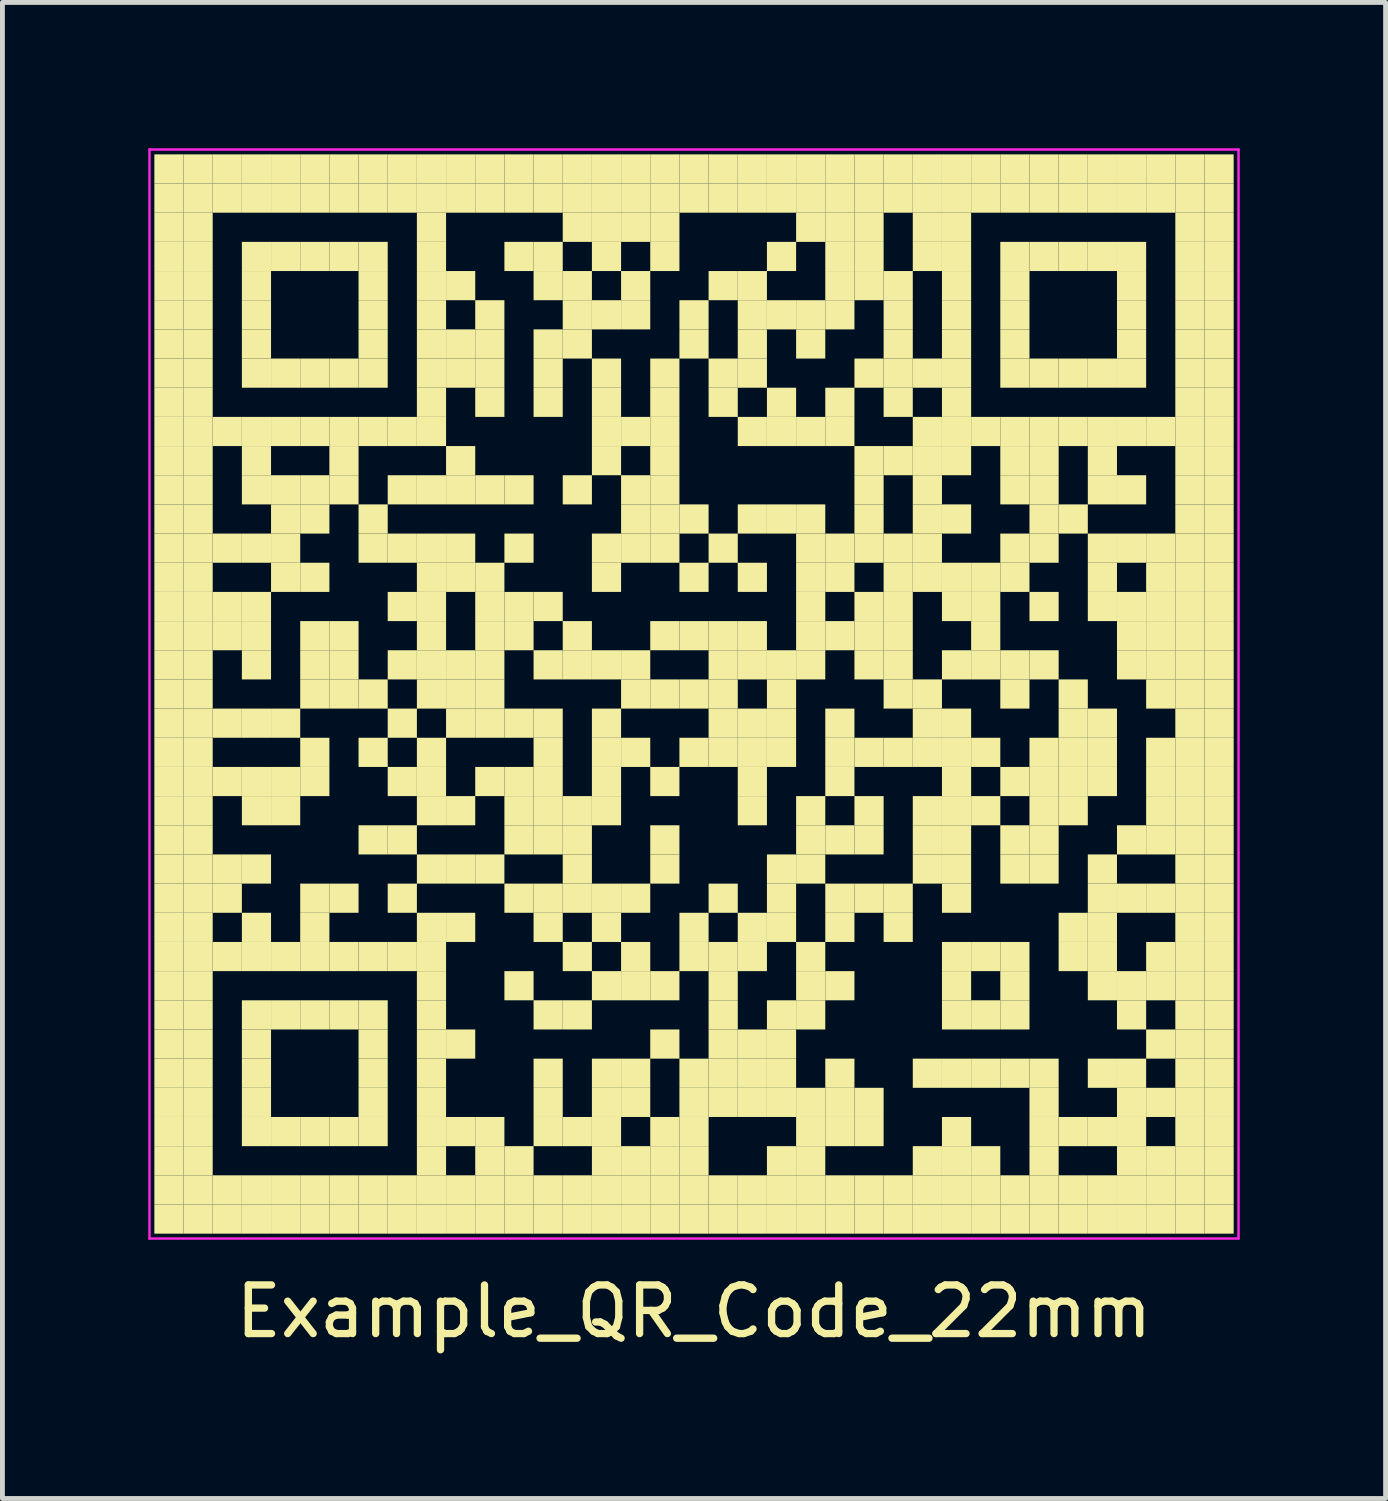
<source format=kicad_pcb>
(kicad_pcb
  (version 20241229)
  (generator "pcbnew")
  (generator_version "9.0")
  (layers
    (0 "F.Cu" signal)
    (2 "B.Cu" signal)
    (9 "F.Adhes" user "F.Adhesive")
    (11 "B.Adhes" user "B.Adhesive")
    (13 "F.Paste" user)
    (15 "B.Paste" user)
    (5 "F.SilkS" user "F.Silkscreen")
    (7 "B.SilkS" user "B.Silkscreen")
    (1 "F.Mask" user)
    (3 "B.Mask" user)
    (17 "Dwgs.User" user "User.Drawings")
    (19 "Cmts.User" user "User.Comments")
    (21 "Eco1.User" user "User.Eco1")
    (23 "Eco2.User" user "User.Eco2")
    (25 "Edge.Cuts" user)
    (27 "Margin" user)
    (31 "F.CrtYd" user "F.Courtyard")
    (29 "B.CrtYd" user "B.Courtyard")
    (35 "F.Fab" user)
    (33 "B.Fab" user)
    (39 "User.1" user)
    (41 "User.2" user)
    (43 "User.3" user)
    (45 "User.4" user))
  (footprint "Example_QR_Code_22mm"
    (layer "F.Cu")
    (at 11.225 11.225)
    (property "Reference" "Example_QR_Code_22mm" (at 0 12.7 0) (unlocked yes) (layer "F.SilkS") (effects (font (size 1 1) (thickness 0.15))))
    (fp_rect (start -11.1 -11.1) (end -10.5 -10.5) (stroke (width 0) (type default)) (fill yes) (layer "F.SilkS"))
    (fp_rect (start -11.1 -10.5) (end -10.5 -9.9) (stroke (width 0) (type default)) (fill yes) (layer "F.SilkS"))
    (fp_rect (start -11.1 -9.9) (end -10.5 -9.3) (stroke (width 0) (type default)) (fill yes) (layer "F.SilkS"))
    (fp_rect (start -11.1 -9.3) (end -10.5 -8.7) (stroke (width 0) (type default)) (fill yes) (layer "F.SilkS"))
    (fp_rect (start -11.1 -8.7) (end -10.5 -8.1) (stroke (width 0) (type default)) (fill yes) (layer "F.SilkS"))
    (fp_rect (start -11.1 -8.1) (end -10.5 -7.5) (stroke (width 0) (type default)) (fill yes) (layer "F.SilkS"))
    (fp_rect (start -11.1 -7.5) (end -10.5 -6.9) (stroke (width 0) (type default)) (fill yes) (layer "F.SilkS"))
    (fp_rect (start -11.1 -6.9) (end -10.5 -6.3) (stroke (width 0) (type default)) (fill yes) (layer "F.SilkS"))
    (fp_rect (start -11.1 -6.3) (end -10.5 -5.7) (stroke (width 0) (type default)) (fill yes) (layer "F.SilkS"))
    (fp_rect (start -11.1 -5.7) (end -10.5 -5.1) (stroke (width 0) (type default)) (fill yes) (layer "F.SilkS"))
    (fp_rect (start -11.1 -5.1) (end -10.5 -4.5) (stroke (width 0) (type default)) (fill yes) (layer "F.SilkS"))
    (fp_rect (start -11.1 -4.5) (end -10.5 -3.9) (stroke (width 0) (type default)) (fill yes) (layer "F.SilkS"))
    (fp_rect (start -11.1 -3.9) (end -10.5 -3.3) (stroke (width 0) (type default)) (fill yes) (layer "F.SilkS"))
    (fp_rect (start -11.1 -3.3) (end -10.5 -2.7) (stroke (width 0) (type default)) (fill yes) (layer "F.SilkS"))
    (fp_rect (start -11.1 -2.7) (end -10.5 -2.1) (stroke (width 0) (type default)) (fill yes) (layer "F.SilkS"))
    (fp_rect (start -11.1 -2.1) (end -10.5 -1.5) (stroke (width 0) (type default)) (fill yes) (layer "F.SilkS"))
    (fp_rect (start -11.1 -1.5) (end -10.5 -0.9) (stroke (width 0) (type default)) (fill yes) (layer "F.SilkS"))
    (fp_rect (start -11.1 -0.9) (end -10.5 -0.3) (stroke (width 0) (type default)) (fill yes) (layer "F.SilkS"))
    (fp_rect (start -11.1 -0.3) (end -10.5 0.3) (stroke (width 0) (type default)) (fill yes) (layer "F.SilkS"))
    (fp_rect (start -11.1 0.3) (end -10.5 0.9) (stroke (width 0) (type default)) (fill yes) (layer "F.SilkS"))
    (fp_rect (start -11.1 0.9) (end -10.5 1.5) (stroke (width 0) (type default)) (fill yes) (layer "F.SilkS"))
    (fp_rect (start -11.1 1.5) (end -10.5 2.1) (stroke (width 0) (type default)) (fill yes) (layer "F.SilkS"))
    (fp_rect (start -11.1 2.1) (end -10.5 2.7) (stroke (width 0) (type default)) (fill yes) (layer "F.SilkS"))
    (fp_rect (start -11.1 2.7) (end -10.5 3.3) (stroke (width 0) (type default)) (fill yes) (layer "F.SilkS"))
    (fp_rect (start -11.1 3.3) (end -10.5 3.9) (stroke (width 0) (type default)) (fill yes) (layer "F.SilkS"))
    (fp_rect (start -11.1 3.9) (end -10.5 4.5) (stroke (width 0) (type default)) (fill yes) (layer "F.SilkS"))
    (fp_rect (start -11.1 4.5) (end -10.5 5.1) (stroke (width 0) (type default)) (fill yes) (layer "F.SilkS"))
    (fp_rect (start -11.1 5.1) (end -10.5 5.7) (stroke (width 0) (type default)) (fill yes) (layer "F.SilkS"))
    (fp_rect (start -11.1 5.7) (end -10.5 6.3) (stroke (width 0) (type default)) (fill yes) (layer "F.SilkS"))
    (fp_rect (start -11.1 6.3) (end -10.5 6.9) (stroke (width 0) (type default)) (fill yes) (layer "F.SilkS"))
    (fp_rect (start -11.1 6.9) (end -10.5 7.5) (stroke (width 0) (type default)) (fill yes) (layer "F.SilkS"))
    (fp_rect (start -11.1 7.5) (end -10.5 8.1) (stroke (width 0) (type default)) (fill yes) (layer "F.SilkS"))
    (fp_rect (start -11.1 8.1) (end -10.5 8.7) (stroke (width 0) (type default)) (fill yes) (layer "F.SilkS"))
    (fp_rect (start -11.1 8.7) (end -10.5 9.3) (stroke (width 0) (type default)) (fill yes) (layer "F.SilkS"))
    (fp_rect (start -11.1 9.3) (end -10.5 9.9) (stroke (width 0) (type default)) (fill yes) (layer "F.SilkS"))
    (fp_rect (start -11.1 9.9) (end -10.5 10.5) (stroke (width 0) (type default)) (fill yes) (layer "F.SilkS"))
    (fp_rect (start -11.1 10.5) (end -10.5 11.1) (stroke (width 0) (type default)) (fill yes) (layer "F.SilkS"))
    (fp_rect (start -10.5 -11.1) (end -9.9 -10.5) (stroke (width 0) (type default)) (fill yes) (layer "F.SilkS"))
    (fp_rect (start -10.5 -10.5) (end -9.9 -9.9) (stroke (width 0) (type default)) (fill yes) (layer "F.SilkS"))
    (fp_rect (start -10.5 -9.9) (end -9.9 -9.3) (stroke (width 0) (type default)) (fill yes) (layer "F.SilkS"))
    (fp_rect (start -10.5 -9.3) (end -9.9 -8.7) (stroke (width 0) (type default)) (fill yes) (layer "F.SilkS"))
    (fp_rect (start -10.5 -8.7) (end -9.9 -8.1) (stroke (width 0) (type default)) (fill yes) (layer "F.SilkS"))
    (fp_rect (start -10.5 -8.1) (end -9.9 -7.5) (stroke (width 0) (type default)) (fill yes) (layer "F.SilkS"))
    (fp_rect (start -10.5 -7.5) (end -9.9 -6.9) (stroke (width 0) (type default)) (fill yes) (layer "F.SilkS"))
    (fp_rect (start -10.5 -6.9) (end -9.9 -6.3) (stroke (width 0) (type default)) (fill yes) (layer "F.SilkS"))
    (fp_rect (start -10.5 -6.3) (end -9.9 -5.7) (stroke (width 0) (type default)) (fill yes) (layer "F.SilkS"))
    (fp_rect (start -10.5 -5.7) (end -9.9 -5.1) (stroke (width 0) (type default)) (fill yes) (layer "F.SilkS"))
    (fp_rect (start -10.5 -5.1) (end -9.9 -4.5) (stroke (width 0) (type default)) (fill yes) (layer "F.SilkS"))
    (fp_rect (start -10.5 -4.5) (end -9.9 -3.9) (stroke (width 0) (type default)) (fill yes) (layer "F.SilkS"))
    (fp_rect (start -10.5 -3.9) (end -9.9 -3.3) (stroke (width 0) (type default)) (fill yes) (layer "F.SilkS"))
    (fp_rect (start -10.5 -3.3) (end -9.9 -2.7) (stroke (width 0) (type default)) (fill yes) (layer "F.SilkS"))
    (fp_rect (start -10.5 -2.7) (end -9.9 -2.1) (stroke (width 0) (type default)) (fill yes) (layer "F.SilkS"))
    (fp_rect (start -10.5 -2.1) (end -9.9 -1.5) (stroke (width 0) (type default)) (fill yes) (layer "F.SilkS"))
    (fp_rect (start -10.5 -1.5) (end -9.9 -0.9) (stroke (width 0) (type default)) (fill yes) (layer "F.SilkS"))
    (fp_rect (start -10.5 -0.9) (end -9.9 -0.3) (stroke (width 0) (type default)) (fill yes) (layer "F.SilkS"))
    (fp_rect (start -10.5 -0.3) (end -9.9 0.3) (stroke (width 0) (type default)) (fill yes) (layer "F.SilkS"))
    (fp_rect (start -10.5 0.3) (end -9.9 0.9) (stroke (width 0) (type default)) (fill yes) (layer "F.SilkS"))
    (fp_rect (start -10.5 0.9) (end -9.9 1.5) (stroke (width 0) (type default)) (fill yes) (layer "F.SilkS"))
    (fp_rect (start -10.5 1.5) (end -9.9 2.1) (stroke (width 0) (type default)) (fill yes) (layer "F.SilkS"))
    (fp_rect (start -10.5 2.1) (end -9.9 2.7) (stroke (width 0) (type default)) (fill yes) (layer "F.SilkS"))
    (fp_rect (start -10.5 2.7) (end -9.9 3.3) (stroke (width 0) (type default)) (fill yes) (layer "F.SilkS"))
    (fp_rect (start -10.5 3.3) (end -9.9 3.9) (stroke (width 0) (type default)) (fill yes) (layer "F.SilkS"))
    (fp_rect (start -10.5 3.9) (end -9.9 4.5) (stroke (width 0) (type default)) (fill yes) (layer "F.SilkS"))
    (fp_rect (start -10.5 4.5) (end -9.9 5.1) (stroke (width 0) (type default)) (fill yes) (layer "F.SilkS"))
    (fp_rect (start -10.5 5.1) (end -9.9 5.7) (stroke (width 0) (type default)) (fill yes) (layer "F.SilkS"))
    (fp_rect (start -10.5 5.7) (end -9.9 6.3) (stroke (width 0) (type default)) (fill yes) (layer "F.SilkS"))
    (fp_rect (start -10.5 6.3) (end -9.9 6.9) (stroke (width 0) (type default)) (fill yes) (layer "F.SilkS"))
    (fp_rect (start -10.5 6.9) (end -9.9 7.5) (stroke (width 0) (type default)) (fill yes) (layer "F.SilkS"))
    (fp_rect (start -10.5 7.5) (end -9.9 8.1) (stroke (width 0) (type default)) (fill yes) (layer "F.SilkS"))
    (fp_rect (start -10.5 8.1) (end -9.9 8.7) (stroke (width 0) (type default)) (fill yes) (layer "F.SilkS"))
    (fp_rect (start -10.5 8.7) (end -9.9 9.3) (stroke (width 0) (type default)) (fill yes) (layer "F.SilkS"))
    (fp_rect (start -10.5 9.3) (end -9.9 9.9) (stroke (width 0) (type default)) (fill yes) (layer "F.SilkS"))
    (fp_rect (start -10.5 9.9) (end -9.9 10.5) (stroke (width 0) (type default)) (fill yes) (layer "F.SilkS"))
    (fp_rect (start -10.5 10.5) (end -9.9 11.1) (stroke (width 0) (type default)) (fill yes) (layer "F.SilkS"))
    (fp_rect (start -9.9 -11.1) (end -9.3 -10.5) (stroke (width 0) (type default)) (fill yes) (layer "F.SilkS"))
    (fp_rect (start -9.9 -10.5) (end -9.3 -9.9) (stroke (width 0) (type default)) (fill yes) (layer "F.SilkS"))
    (fp_rect (start -9.9 -5.7) (end -9.3 -5.1) (stroke (width 0) (type default)) (fill yes) (layer "F.SilkS"))
    (fp_rect (start -9.9 -3.3) (end -9.3 -2.7) (stroke (width 0) (type default)) (fill yes) (layer "F.SilkS"))
    (fp_rect (start -9.9 -2.1) (end -9.3 -1.5) (stroke (width 0) (type default)) (fill yes) (layer "F.SilkS"))
    (fp_rect (start -9.9 -1.5) (end -9.3 -0.9) (stroke (width 0) (type default)) (fill yes) (layer "F.SilkS"))
    (fp_rect (start -9.9 0.3) (end -9.3 0.9) (stroke (width 0) (type default)) (fill yes) (layer "F.SilkS"))
    (fp_rect (start -9.9 1.5) (end -9.3 2.1) (stroke (width 0) (type default)) (fill yes) (layer "F.SilkS"))
    (fp_rect (start -9.9 3.3) (end -9.3 3.9) (stroke (width 0) (type default)) (fill yes) (layer "F.SilkS"))
    (fp_rect (start -9.9 3.9) (end -9.3 4.5) (stroke (width 0) (type default)) (fill yes) (layer "F.SilkS"))
    (fp_rect (start -9.9 5.1) (end -9.3 5.7) (stroke (width 0) (type default)) (fill yes) (layer "F.SilkS"))
    (fp_rect (start -9.9 9.9) (end -9.3 10.5) (stroke (width 0) (type default)) (fill yes) (layer "F.SilkS"))
    (fp_rect (start -9.9 10.5) (end -9.3 11.1) (stroke (width 0) (type default)) (fill yes) (layer "F.SilkS"))
    (fp_rect (start -9.3 -11.1) (end -8.7 -10.5) (stroke (width 0) (type default)) (fill yes) (layer "F.SilkS"))
    (fp_rect (start -9.3 -10.5) (end -8.7 -9.9) (stroke (width 0) (type default)) (fill yes) (layer "F.SilkS"))
    (fp_rect (start -9.3 -9.3) (end -8.7 -8.7) (stroke (width 0) (type default)) (fill yes) (layer "F.SilkS"))
    (fp_rect (start -9.3 -8.7) (end -8.7 -8.1) (stroke (width 0) (type default)) (fill yes) (layer "F.SilkS"))
    (fp_rect (start -9.3 -8.1) (end -8.7 -7.5) (stroke (width 0) (type default)) (fill yes) (layer "F.SilkS"))
    (fp_rect (start -9.3 -7.5) (end -8.7 -6.9) (stroke (width 0) (type default)) (fill yes) (layer "F.SilkS"))
    (fp_rect (start -9.3 -6.9) (end -8.7 -6.3) (stroke (width 0) (type default)) (fill yes) (layer "F.SilkS"))
    (fp_rect (start -9.3 -5.7) (end -8.7 -5.1) (stroke (width 0) (type default)) (fill yes) (layer "F.SilkS"))
    (fp_rect (start -9.3 -5.1) (end -8.7 -4.5) (stroke (width 0) (type default)) (fill yes) (layer "F.SilkS"))
    (fp_rect (start -9.3 -4.5) (end -8.7 -3.9) (stroke (width 0) (type default)) (fill yes) (layer "F.SilkS"))
    (fp_rect (start -9.3 -3.3) (end -8.7 -2.7) (stroke (width 0) (type default)) (fill yes) (layer "F.SilkS"))
    (fp_rect (start -9.3 -2.1) (end -8.7 -1.5) (stroke (width 0) (type default)) (fill yes) (layer "F.SilkS"))
    (fp_rect (start -9.3 -1.5) (end -8.7 -0.9) (stroke (width 0) (type default)) (fill yes) (layer "F.SilkS"))
    (fp_rect (start -9.3 -0.9) (end -8.7 -0.3) (stroke (width 0) (type default)) (fill yes) (layer "F.SilkS"))
    (fp_rect (start -9.3 0.3) (end -8.7 0.9) (stroke (width 0) (type default)) (fill yes) (layer "F.SilkS"))
    (fp_rect (start -9.3 1.5) (end -8.7 2.1) (stroke (width 0) (type default)) (fill yes) (layer "F.SilkS"))
    (fp_rect (start -9.3 2.1) (end -8.7 2.7) (stroke (width 0) (type default)) (fill yes) (layer "F.SilkS"))
    (fp_rect (start -9.3 3.3) (end -8.7 3.9) (stroke (width 0) (type default)) (fill yes) (layer "F.SilkS"))
    (fp_rect (start -9.3 4.5) (end -8.7 5.1) (stroke (width 0) (type default)) (fill yes) (layer "F.SilkS"))
    (fp_rect (start -9.3 5.1) (end -8.7 5.7) (stroke (width 0) (type default)) (fill yes) (layer "F.SilkS"))
    (fp_rect (start -9.3 6.3) (end -8.7 6.9) (stroke (width 0) (type default)) (fill yes) (layer "F.SilkS"))
    (fp_rect (start -9.3 6.9) (end -8.7 7.5) (stroke (width 0) (type default)) (fill yes) (layer "F.SilkS"))
    (fp_rect (start -9.3 7.5) (end -8.7 8.1) (stroke (width 0) (type default)) (fill yes) (layer "F.SilkS"))
    (fp_rect (start -9.3 8.1) (end -8.7 8.7) (stroke (width 0) (type default)) (fill yes) (layer "F.SilkS"))
    (fp_rect (start -9.3 8.7) (end -8.7 9.3) (stroke (width 0) (type default)) (fill yes) (layer "F.SilkS"))
    (fp_rect (start -9.3 9.9) (end -8.7 10.5) (stroke (width 0) (type default)) (fill yes) (layer "F.SilkS"))
    (fp_rect (start -9.3 10.5) (end -8.7 11.1) (stroke (width 0) (type default)) (fill yes) (layer "F.SilkS"))
    (fp_rect (start -8.7 -11.1) (end -8.1 -10.5) (stroke (width 0) (type default)) (fill yes) (layer "F.SilkS"))
    (fp_rect (start -8.7 -10.5) (end -8.1 -9.9) (stroke (width 0) (type default)) (fill yes) (layer "F.SilkS"))
    (fp_rect (start -8.7 -9.3) (end -8.1 -8.7) (stroke (width 0) (type default)) (fill yes) (layer "F.SilkS"))
    (fp_rect (start -8.7 -6.9) (end -8.1 -6.3) (stroke (width 0) (type default)) (fill yes) (layer "F.SilkS"))
    (fp_rect (start -8.7 -5.7) (end -8.1 -5.1) (stroke (width 0) (type default)) (fill yes) (layer "F.SilkS"))
    (fp_rect (start -8.7 -4.5) (end -8.1 -3.9) (stroke (width 0) (type default)) (fill yes) (layer "F.SilkS"))
    (fp_rect (start -8.7 -3.9) (end -8.1 -3.3) (stroke (width 0) (type default)) (fill yes) (layer "F.SilkS"))
    (fp_rect (start -8.7 -3.3) (end -8.1 -2.7) (stroke (width 0) (type default)) (fill yes) (layer "F.SilkS"))
    (fp_rect (start -8.7 -2.7) (end -8.1 -2.1) (stroke (width 0) (type default)) (fill yes) (layer "F.SilkS"))
    (fp_rect (start -8.7 0.3) (end -8.1 0.9) (stroke (width 0) (type default)) (fill yes) (layer "F.SilkS"))
    (fp_rect (start -8.7 1.5) (end -8.1 2.1) (stroke (width 0) (type default)) (fill yes) (layer "F.SilkS"))
    (fp_rect (start -8.7 2.1) (end -8.1 2.7) (stroke (width 0) (type default)) (fill yes) (layer "F.SilkS"))
    (fp_rect (start -8.7 5.1) (end -8.1 5.7) (stroke (width 0) (type default)) (fill yes) (layer "F.SilkS"))
    (fp_rect (start -8.7 6.3) (end -8.1 6.9) (stroke (width 0) (type default)) (fill yes) (layer "F.SilkS"))
    (fp_rect (start -8.7 8.7) (end -8.1 9.3) (stroke (width 0) (type default)) (fill yes) (layer "F.SilkS"))
    (fp_rect (start -8.7 9.9) (end -8.1 10.5) (stroke (width 0) (type default)) (fill yes) (layer "F.SilkS"))
    (fp_rect (start -8.7 10.5) (end -8.1 11.1) (stroke (width 0) (type default)) (fill yes) (layer "F.SilkS"))
    (fp_rect (start -8.1 -11.1) (end -7.5 -10.5) (stroke (width 0) (type default)) (fill yes) (layer "F.SilkS"))
    (fp_rect (start -8.1 -10.5) (end -7.5 -9.9) (stroke (width 0) (type default)) (fill yes) (layer "F.SilkS"))
    (fp_rect (start -8.1 -9.3) (end -7.5 -8.7) (stroke (width 0) (type default)) (fill yes) (layer "F.SilkS"))
    (fp_rect (start -8.1 -6.9) (end -7.5 -6.3) (stroke (width 0) (type default)) (fill yes) (layer "F.SilkS"))
    (fp_rect (start -8.1 -5.7) (end -7.5 -5.1) (stroke (width 0) (type default)) (fill yes) (layer "F.SilkS"))
    (fp_rect (start -8.1 -4.5) (end -7.5 -3.9) (stroke (width 0) (type default)) (fill yes) (layer "F.SilkS"))
    (fp_rect (start -8.1 -3.9) (end -7.5 -3.3) (stroke (width 0) (type default)) (fill yes) (layer "F.SilkS"))
    (fp_rect (start -8.1 -2.7) (end -7.5 -2.1) (stroke (width 0) (type default)) (fill yes) (layer "F.SilkS"))
    (fp_rect (start -8.1 -1.5) (end -7.5 -0.9) (stroke (width 0) (type default)) (fill yes) (layer "F.SilkS"))
    (fp_rect (start -8.1 -0.9) (end -7.5 -0.3) (stroke (width 0) (type default)) (fill yes) (layer "F.SilkS"))
    (fp_rect (start -8.1 -0.3) (end -7.5 0.3) (stroke (width 0) (type default)) (fill yes) (layer "F.SilkS"))
    (fp_rect (start -8.1 0.9) (end -7.5 1.5) (stroke (width 0) (type default)) (fill yes) (layer "F.SilkS"))
    (fp_rect (start -8.1 1.5) (end -7.5 2.1) (stroke (width 0) (type default)) (fill yes) (layer "F.SilkS"))
    (fp_rect (start -8.1 3.9) (end -7.5 4.5) (stroke (width 0) (type default)) (fill yes) (layer "F.SilkS"))
    (fp_rect (start -8.1 4.5) (end -7.5 5.1) (stroke (width 0) (type default)) (fill yes) (layer "F.SilkS"))
    (fp_rect (start -8.1 5.1) (end -7.5 5.7) (stroke (width 0) (type default)) (fill yes) (layer "F.SilkS"))
    (fp_rect (start -8.1 6.3) (end -7.5 6.9) (stroke (width 0) (type default)) (fill yes) (layer "F.SilkS"))
    (fp_rect (start -8.1 8.7) (end -7.5 9.3) (stroke (width 0) (type default)) (fill yes) (layer "F.SilkS"))
    (fp_rect (start -8.1 9.9) (end -7.5 10.5) (stroke (width 0) (type default)) (fill yes) (layer "F.SilkS"))
    (fp_rect (start -8.1 10.5) (end -7.5 11.1) (stroke (width 0) (type default)) (fill yes) (layer "F.SilkS"))
    (fp_rect (start -7.5 -11.1) (end -6.9 -10.5) (stroke (width 0) (type default)) (fill yes) (layer "F.SilkS"))
    (fp_rect (start -7.5 -10.5) (end -6.9 -9.9) (stroke (width 0) (type default)) (fill yes) (layer "F.SilkS"))
    (fp_rect (start -7.5 -9.3) (end -6.9 -8.7) (stroke (width 0) (type default)) (fill yes) (layer "F.SilkS"))
    (fp_rect (start -7.5 -6.9) (end -6.9 -6.3) (stroke (width 0) (type default)) (fill yes) (layer "F.SilkS"))
    (fp_rect (start -7.5 -5.7) (end -6.9 -5.1) (stroke (width 0) (type default)) (fill yes) (layer "F.SilkS"))
    (fp_rect (start -7.5 -5.1) (end -6.9 -4.5) (stroke (width 0) (type default)) (fill yes) (layer "F.SilkS"))
    (fp_rect (start -7.5 -4.5) (end -6.9 -3.9) (stroke (width 0) (type default)) (fill yes) (layer "F.SilkS"))
    (fp_rect (start -7.5 -1.5) (end -6.9 -0.9) (stroke (width 0) (type default)) (fill yes) (layer "F.SilkS"))
    (fp_rect (start -7.5 -0.9) (end -6.9 -0.3) (stroke (width 0) (type default)) (fill yes) (layer "F.SilkS"))
    (fp_rect (start -7.5 -0.3) (end -6.9 0.3) (stroke (width 0) (type default)) (fill yes) (layer "F.SilkS"))
    (fp_rect (start -7.5 3.9) (end -6.9 4.5) (stroke (width 0) (type default)) (fill yes) (layer "F.SilkS"))
    (fp_rect (start -7.5 5.1) (end -6.9 5.7) (stroke (width 0) (type default)) (fill yes) (layer "F.SilkS"))
    (fp_rect (start -7.5 6.3) (end -6.9 6.9) (stroke (width 0) (type default)) (fill yes) (layer "F.SilkS"))
    (fp_rect (start -7.5 8.7) (end -6.9 9.3) (stroke (width 0) (type default)) (fill yes) (layer "F.SilkS"))
    (fp_rect (start -7.5 9.9) (end -6.9 10.5) (stroke (width 0) (type default)) (fill yes) (layer "F.SilkS"))
    (fp_rect (start -7.5 10.5) (end -6.9 11.1) (stroke (width 0) (type default)) (fill yes) (layer "F.SilkS"))
    (fp_rect (start -6.9 -11.1) (end -6.3 -10.5) (stroke (width 0) (type default)) (fill yes) (layer "F.SilkS"))
    (fp_rect (start -6.9 -10.5) (end -6.3 -9.9) (stroke (width 0) (type default)) (fill yes) (layer "F.SilkS"))
    (fp_rect (start -6.9 -9.3) (end -6.3 -8.7) (stroke (width 0) (type default)) (fill yes) (layer "F.SilkS"))
    (fp_rect (start -6.9 -8.7) (end -6.3 -8.1) (stroke (width 0) (type default)) (fill yes) (layer "F.SilkS"))
    (fp_rect (start -6.9 -8.1) (end -6.3 -7.5) (stroke (width 0) (type default)) (fill yes) (layer "F.SilkS"))
    (fp_rect (start -6.9 -7.5) (end -6.3 -6.9) (stroke (width 0) (type default)) (fill yes) (layer "F.SilkS"))
    (fp_rect (start -6.9 -6.9) (end -6.3 -6.3) (stroke (width 0) (type default)) (fill yes) (layer "F.SilkS"))
    (fp_rect (start -6.9 -5.7) (end -6.3 -5.1) (stroke (width 0) (type default)) (fill yes) (layer "F.SilkS"))
    (fp_rect (start -6.9 -3.9) (end -6.3 -3.3) (stroke (width 0) (type default)) (fill yes) (layer "F.SilkS"))
    (fp_rect (start -6.9 -3.3) (end -6.3 -2.7) (stroke (width 0) (type default)) (fill yes) (layer "F.SilkS"))
    (fp_rect (start -6.9 -0.3) (end -6.3 0.3) (stroke (width 0) (type default)) (fill yes) (layer "F.SilkS"))
    (fp_rect (start -6.9 0.9) (end -6.3 1.5) (stroke (width 0) (type default)) (fill yes) (layer "F.SilkS"))
    (fp_rect (start -6.9 2.7) (end -6.3 3.3) (stroke (width 0) (type default)) (fill yes) (layer "F.SilkS"))
    (fp_rect (start -6.9 5.1) (end -6.3 5.7) (stroke (width 0) (type default)) (fill yes) (layer "F.SilkS"))
    (fp_rect (start -6.9 6.3) (end -6.3 6.9) (stroke (width 0) (type default)) (fill yes) (layer "F.SilkS"))
    (fp_rect (start -6.9 6.9) (end -6.3 7.5) (stroke (width 0) (type default)) (fill yes) (layer "F.SilkS"))
    (fp_rect (start -6.9 7.5) (end -6.3 8.1) (stroke (width 0) (type default)) (fill yes) (layer "F.SilkS"))
    (fp_rect (start -6.9 8.1) (end -6.3 8.7) (stroke (width 0) (type default)) (fill yes) (layer "F.SilkS"))
    (fp_rect (start -6.9 8.7) (end -6.3 9.3) (stroke (width 0) (type default)) (fill yes) (layer "F.SilkS"))
    (fp_rect (start -6.9 9.9) (end -6.3 10.5) (stroke (width 0) (type default)) (fill yes) (layer "F.SilkS"))
    (fp_rect (start -6.9 10.5) (end -6.3 11.1) (stroke (width 0) (type default)) (fill yes) (layer "F.SilkS"))
    (fp_rect (start -6.3 -11.1) (end -5.7 -10.5) (stroke (width 0) (type default)) (fill yes) (layer "F.SilkS"))
    (fp_rect (start -6.3 -10.5) (end -5.7 -9.9) (stroke (width 0) (type default)) (fill yes) (layer "F.SilkS"))
    (fp_rect (start -6.3 -5.7) (end -5.7 -5.1) (stroke (width 0) (type default)) (fill yes) (layer "F.SilkS"))
    (fp_rect (start -6.3 -4.5) (end -5.7 -3.9) (stroke (width 0) (type default)) (fill yes) (layer "F.SilkS"))
    (fp_rect (start -6.3 -3.3) (end -5.7 -2.7) (stroke (width 0) (type default)) (fill yes) (layer "F.SilkS"))
    (fp_rect (start -6.3 -2.1) (end -5.7 -1.5) (stroke (width 0) (type default)) (fill yes) (layer "F.SilkS"))
    (fp_rect (start -6.3 -0.9) (end -5.7 -0.3) (stroke (width 0) (type default)) (fill yes) (layer "F.SilkS"))
    (fp_rect (start -6.3 0.3) (end -5.7 0.9) (stroke (width 0) (type default)) (fill yes) (layer "F.SilkS"))
    (fp_rect (start -6.3 1.5) (end -5.7 2.1) (stroke (width 0) (type default)) (fill yes) (layer "F.SilkS"))
    (fp_rect (start -6.3 2.7) (end -5.7 3.3) (stroke (width 0) (type default)) (fill yes) (layer "F.SilkS"))
    (fp_rect (start -6.3 3.9) (end -5.7 4.5) (stroke (width 0) (type default)) (fill yes) (layer "F.SilkS"))
    (fp_rect (start -6.3 5.1) (end -5.7 5.7) (stroke (width 0) (type default)) (fill yes) (layer "F.SilkS"))
    (fp_rect (start -6.3 9.9) (end -5.7 10.5) (stroke (width 0) (type default)) (fill yes) (layer "F.SilkS"))
    (fp_rect (start -6.3 10.5) (end -5.7 11.1) (stroke (width 0) (type default)) (fill yes) (layer "F.SilkS"))
    (fp_rect (start -5.7 -11.1) (end -5.1 -10.5) (stroke (width 0) (type default)) (fill yes) (layer "F.SilkS"))
    (fp_rect (start -5.7 -10.5) (end -5.1 -9.9) (stroke (width 0) (type default)) (fill yes) (layer "F.SilkS"))
    (fp_rect (start -5.7 -9.9) (end -5.1 -9.3) (stroke (width 0) (type default)) (fill yes) (layer "F.SilkS"))
    (fp_rect (start -5.7 -9.3) (end -5.1 -8.7) (stroke (width 0) (type default)) (fill yes) (layer "F.SilkS"))
    (fp_rect (start -5.7 -8.7) (end -5.1 -8.1) (stroke (width 0) (type default)) (fill yes) (layer "F.SilkS"))
    (fp_rect (start -5.7 -8.1) (end -5.1 -7.5) (stroke (width 0) (type default)) (fill yes) (layer "F.SilkS"))
    (fp_rect (start -5.7 -7.5) (end -5.1 -6.9) (stroke (width 0) (type default)) (fill yes) (layer "F.SilkS"))
    (fp_rect (start -5.7 -6.9) (end -5.1 -6.3) (stroke (width 0) (type default)) (fill yes) (layer "F.SilkS"))
    (fp_rect (start -5.7 -6.3) (end -5.1 -5.7) (stroke (width 0) (type default)) (fill yes) (layer "F.SilkS"))
    (fp_rect (start -5.7 -5.7) (end -5.1 -5.1) (stroke (width 0) (type default)) (fill yes) (layer "F.SilkS"))
    (fp_rect (start -5.7 -4.5) (end -5.1 -3.9) (stroke (width 0) (type default)) (fill yes) (layer "F.SilkS"))
    (fp_rect (start -5.7 -3.3) (end -5.1 -2.7) (stroke (width 0) (type default)) (fill yes) (layer "F.SilkS"))
    (fp_rect (start -5.7 -2.7) (end -5.1 -2.1) (stroke (width 0) (type default)) (fill yes) (layer "F.SilkS"))
    (fp_rect (start -5.7 -2.1) (end -5.1 -1.5) (stroke (width 0) (type default)) (fill yes) (layer "F.SilkS"))
    (fp_rect (start -5.7 -1.5) (end -5.1 -0.9) (stroke (width 0) (type default)) (fill yes) (layer "F.SilkS"))
    (fp_rect (start -5.7 -0.9) (end -5.1 -0.3) (stroke (width 0) (type default)) (fill yes) (layer "F.SilkS"))
    (fp_rect (start -5.7 -0.3) (end -5.1 0.3) (stroke (width 0) (type default)) (fill yes) (layer "F.SilkS"))
    (fp_rect (start -5.7 0.9) (end -5.1 1.5) (stroke (width 0) (type default)) (fill yes) (layer "F.SilkS"))
    (fp_rect (start -5.7 1.5) (end -5.1 2.1) (stroke (width 0) (type default)) (fill yes) (layer "F.SilkS"))
    (fp_rect (start -5.7 2.1) (end -5.1 2.7) (stroke (width 0) (type default)) (fill yes) (layer "F.SilkS"))
    (fp_rect (start -5.7 3.3) (end -5.1 3.9) (stroke (width 0) (type default)) (fill yes) (layer "F.SilkS"))
    (fp_rect (start -5.7 4.5) (end -5.1 5.1) (stroke (width 0) (type default)) (fill yes) (layer "F.SilkS"))
    (fp_rect (start -5.7 5.1) (end -5.1 5.7) (stroke (width 0) (type default)) (fill yes) (layer "F.SilkS"))
    (fp_rect (start -5.7 5.7) (end -5.1 6.3) (stroke (width 0) (type default)) (fill yes) (layer "F.SilkS"))
    (fp_rect (start -5.7 6.3) (end -5.1 6.9) (stroke (width 0) (type default)) (fill yes) (layer "F.SilkS"))
    (fp_rect (start -5.7 6.9) (end -5.1 7.5) (stroke (width 0) (type default)) (fill yes) (layer "F.SilkS"))
    (fp_rect (start -5.7 7.5) (end -5.1 8.1) (stroke (width 0) (type default)) (fill yes) (layer "F.SilkS"))
    (fp_rect (start -5.7 8.1) (end -5.1 8.7) (stroke (width 0) (type default)) (fill yes) (layer "F.SilkS"))
    (fp_rect (start -5.7 8.7) (end -5.1 9.3) (stroke (width 0) (type default)) (fill yes) (layer "F.SilkS"))
    (fp_rect (start -5.7 9.3) (end -5.1 9.9) (stroke (width 0) (type default)) (fill yes) (layer "F.SilkS"))
    (fp_rect (start -5.7 9.9) (end -5.1 10.5) (stroke (width 0) (type default)) (fill yes) (layer "F.SilkS"))
    (fp_rect (start -5.7 10.5) (end -5.1 11.1) (stroke (width 0) (type default)) (fill yes) (layer "F.SilkS"))
    (fp_rect (start -5.1 -11.1) (end -4.5 -10.5) (stroke (width 0) (type default)) (fill yes) (layer "F.SilkS"))
    (fp_rect (start -5.1 -10.5) (end -4.5 -9.9) (stroke (width 0) (type default)) (fill yes) (layer "F.SilkS"))
    (fp_rect (start -5.1 -8.7) (end -4.5 -8.1) (stroke (width 0) (type default)) (fill yes) (layer "F.SilkS"))
    (fp_rect (start -5.1 -7.5) (end -4.5 -6.9) (stroke (width 0) (type default)) (fill yes) (layer "F.SilkS"))
    (fp_rect (start -5.1 -6.9) (end -4.5 -6.3) (stroke (width 0) (type default)) (fill yes) (layer "F.SilkS"))
    (fp_rect (start -5.1 -5.1) (end -4.5 -4.5) (stroke (width 0) (type default)) (fill yes) (layer "F.SilkS"))
    (fp_rect (start -5.1 -4.5) (end -4.5 -3.9) (stroke (width 0) (type default)) (fill yes) (layer "F.SilkS"))
    (fp_rect (start -5.1 -3.3) (end -4.5 -2.7) (stroke (width 0) (type default)) (fill yes) (layer "F.SilkS"))
    (fp_rect (start -5.1 -2.7) (end -4.5 -2.1) (stroke (width 0) (type default)) (fill yes) (layer "F.SilkS"))
    (fp_rect (start -5.1 -0.9) (end -4.5 -0.3) (stroke (width 0) (type default)) (fill yes) (layer "F.SilkS"))
    (fp_rect (start -5.1 -0.3) (end -4.5 0.3) (stroke (width 0) (type default)) (fill yes) (layer "F.SilkS"))
    (fp_rect (start -5.1 0.3) (end -4.5 0.9) (stroke (width 0) (type default)) (fill yes) (layer "F.SilkS"))
    (fp_rect (start -5.1 2.1) (end -4.5 2.7) (stroke (width 0) (type default)) (fill yes) (layer "F.SilkS"))
    (fp_rect (start -5.1 3.3) (end -4.5 3.9) (stroke (width 0) (type default)) (fill yes) (layer "F.SilkS"))
    (fp_rect (start -5.1 4.5) (end -4.5 5.1) (stroke (width 0) (type default)) (fill yes) (layer "F.SilkS"))
    (fp_rect (start -5.1 6.9) (end -4.5 7.5) (stroke (width 0) (type default)) (fill yes) (layer "F.SilkS"))
    (fp_rect (start -5.1 8.7) (end -4.5 9.3) (stroke (width 0) (type default)) (fill yes) (layer "F.SilkS"))
    (fp_rect (start -5.1 9.9) (end -4.5 10.5) (stroke (width 0) (type default)) (fill yes) (layer "F.SilkS"))
    (fp_rect (start -5.1 10.5) (end -4.5 11.1) (stroke (width 0) (type default)) (fill yes) (layer "F.SilkS"))
    (fp_rect (start -4.5 -11.1) (end -3.9 -10.5) (stroke (width 0) (type default)) (fill yes) (layer "F.SilkS"))
    (fp_rect (start -4.5 -10.5) (end -3.9 -9.9) (stroke (width 0) (type default)) (fill yes) (layer "F.SilkS"))
    (fp_rect (start -4.5 -8.1) (end -3.9 -7.5) (stroke (width 0) (type default)) (fill yes) (layer "F.SilkS"))
    (fp_rect (start -4.5 -7.5) (end -3.9 -6.9) (stroke (width 0) (type default)) (fill yes) (layer "F.SilkS"))
    (fp_rect (start -4.5 -6.9) (end -3.9 -6.3) (stroke (width 0) (type default)) (fill yes) (layer "F.SilkS"))
    (fp_rect (start -4.5 -6.3) (end -3.9 -5.7) (stroke (width 0) (type default)) (fill yes) (layer "F.SilkS"))
    (fp_rect (start -4.5 -4.5) (end -3.9 -3.9) (stroke (width 0) (type default)) (fill yes) (layer "F.SilkS"))
    (fp_rect (start -4.5 -2.7) (end -3.9 -2.1) (stroke (width 0) (type default)) (fill yes) (layer "F.SilkS"))
    (fp_rect (start -4.5 -2.1) (end -3.9 -1.5) (stroke (width 0) (type default)) (fill yes) (layer "F.SilkS"))
    (fp_rect (start -4.5 -1.5) (end -3.9 -0.9) (stroke (width 0) (type default)) (fill yes) (layer "F.SilkS"))
    (fp_rect (start -4.5 -0.9) (end -3.9 -0.3) (stroke (width 0) (type default)) (fill yes) (layer "F.SilkS"))
    (fp_rect (start -4.5 -0.3) (end -3.9 0.3) (stroke (width 0) (type default)) (fill yes) (layer "F.SilkS"))
    (fp_rect (start -4.5 0.3) (end -3.9 0.9) (stroke (width 0) (type default)) (fill yes) (layer "F.SilkS"))
    (fp_rect (start -4.5 1.5) (end -3.9 2.1) (stroke (width 0) (type default)) (fill yes) (layer "F.SilkS"))
    (fp_rect (start -4.5 3.3) (end -3.9 3.9) (stroke (width 0) (type default)) (fill yes) (layer "F.SilkS"))
    (fp_rect (start -4.5 8.7) (end -3.9 9.3) (stroke (width 0) (type default)) (fill yes) (layer "F.SilkS"))
    (fp_rect (start -4.5 9.3) (end -3.9 9.9) (stroke (width 0) (type default)) (fill yes) (layer "F.SilkS"))
    (fp_rect (start -4.5 9.9) (end -3.9 10.5) (stroke (width 0) (type default)) (fill yes) (layer "F.SilkS"))
    (fp_rect (start -4.5 10.5) (end -3.9 11.1) (stroke (width 0) (type default)) (fill yes) (layer "F.SilkS"))
    (fp_rect (start -3.9 -11.1) (end -3.3 -10.5) (stroke (width 0) (type default)) (fill yes) (layer "F.SilkS"))
    (fp_rect (start -3.9 -10.5) (end -3.3 -9.9) (stroke (width 0) (type default)) (fill yes) (layer "F.SilkS"))
    (fp_rect (start -3.9 -9.3) (end -3.3 -8.7) (stroke (width 0) (type default)) (fill yes) (layer "F.SilkS"))
    (fp_rect (start -3.9 -4.5) (end -3.3 -3.9) (stroke (width 0) (type default)) (fill yes) (layer "F.SilkS"))
    (fp_rect (start -3.9 -3.3) (end -3.3 -2.7) (stroke (width 0) (type default)) (fill yes) (layer "F.SilkS"))
    (fp_rect (start -3.9 -2.1) (end -3.3 -1.5) (stroke (width 0) (type default)) (fill yes) (layer "F.SilkS"))
    (fp_rect (start -3.9 -1.5) (end -3.3 -0.9) (stroke (width 0) (type default)) (fill yes) (layer "F.SilkS"))
    (fp_rect (start -3.9 0.3) (end -3.3 0.9) (stroke (width 0) (type default)) (fill yes) (layer "F.SilkS"))
    (fp_rect (start -3.9 1.5) (end -3.3 2.1) (stroke (width 0) (type default)) (fill yes) (layer "F.SilkS"))
    (fp_rect (start -3.9 2.1) (end -3.3 2.7) (stroke (width 0) (type default)) (fill yes) (layer "F.SilkS"))
    (fp_rect (start -3.9 2.7) (end -3.3 3.3) (stroke (width 0) (type default)) (fill yes) (layer "F.SilkS"))
    (fp_rect (start -3.9 3.9) (end -3.3 4.5) (stroke (width 0) (type default)) (fill yes) (layer "F.SilkS"))
    (fp_rect (start -3.9 5.7) (end -3.3 6.3) (stroke (width 0) (type default)) (fill yes) (layer "F.SilkS"))
    (fp_rect (start -3.9 9.3) (end -3.3 9.9) (stroke (width 0) (type default)) (fill yes) (layer "F.SilkS"))
    (fp_rect (start -3.9 9.9) (end -3.3 10.5) (stroke (width 0) (type default)) (fill yes) (layer "F.SilkS"))
    (fp_rect (start -3.9 10.5) (end -3.3 11.1) (stroke (width 0) (type default)) (fill yes) (layer "F.SilkS"))
    (fp_rect (start -3.3 -11.1) (end -2.7 -10.5) (stroke (width 0) (type default)) (fill yes) (layer "F.SilkS"))
    (fp_rect (start -3.3 -10.5) (end -2.7 -9.9) (stroke (width 0) (type default)) (fill yes) (layer "F.SilkS"))
    (fp_rect (start -3.3 -9.3) (end -2.7 -8.7) (stroke (width 0) (type default)) (fill yes) (layer "F.SilkS"))
    (fp_rect (start -3.3 -8.7) (end -2.7 -8.1) (stroke (width 0) (type default)) (fill yes) (layer "F.SilkS"))
    (fp_rect (start -3.3 -7.5) (end -2.7 -6.9) (stroke (width 0) (type default)) (fill yes) (layer "F.SilkS"))
    (fp_rect (start -3.3 -6.9) (end -2.7 -6.3) (stroke (width 0) (type default)) (fill yes) (layer "F.SilkS"))
    (fp_rect (start -3.3 -6.3) (end -2.7 -5.7) (stroke (width 0) (type default)) (fill yes) (layer "F.SilkS"))
    (fp_rect (start -3.3 -2.1) (end -2.7 -1.5) (stroke (width 0) (type default)) (fill yes) (layer "F.SilkS"))
    (fp_rect (start -3.3 -0.9) (end -2.7 -0.3) (stroke (width 0) (type default)) (fill yes) (layer "F.SilkS"))
    (fp_rect (start -3.3 0.3) (end -2.7 0.9) (stroke (width 0) (type default)) (fill yes) (layer "F.SilkS"))
    (fp_rect (start -3.3 0.9) (end -2.7 1.5) (stroke (width 0) (type default)) (fill yes) (layer "F.SilkS"))
    (fp_rect (start -3.3 1.5) (end -2.7 2.1) (stroke (width 0) (type default)) (fill yes) (layer "F.SilkS"))
    (fp_rect (start -3.3 2.1) (end -2.7 2.7) (stroke (width 0) (type default)) (fill yes) (layer "F.SilkS"))
    (fp_rect (start -3.3 2.7) (end -2.7 3.3) (stroke (width 0) (type default)) (fill yes) (layer "F.SilkS"))
    (fp_rect (start -3.3 3.9) (end -2.7 4.5) (stroke (width 0) (type default)) (fill yes) (layer "F.SilkS"))
    (fp_rect (start -3.3 4.5) (end -2.7 5.1) (stroke (width 0) (type default)) (fill yes) (layer "F.SilkS"))
    (fp_rect (start -3.3 6.3) (end -2.7 6.9) (stroke (width 0) (type default)) (fill yes) (layer "F.SilkS"))
    (fp_rect (start -3.3 7.5) (end -2.7 8.1) (stroke (width 0) (type default)) (fill yes) (layer "F.SilkS"))
    (fp_rect (start -3.3 8.1) (end -2.7 8.7) (stroke (width 0) (type default)) (fill yes) (layer "F.SilkS"))
    (fp_rect (start -3.3 8.7) (end -2.7 9.3) (stroke (width 0) (type default)) (fill yes) (layer "F.SilkS"))
    (fp_rect (start -3.3 9.9) (end -2.7 10.5) (stroke (width 0) (type default)) (fill yes) (layer "F.SilkS"))
    (fp_rect (start -3.3 10.5) (end -2.7 11.1) (stroke (width 0) (type default)) (fill yes) (layer "F.SilkS"))
    (fp_rect (start -2.7 -11.1) (end -2.1 -10.5) (stroke (width 0) (type default)) (fill yes) (layer "F.SilkS"))
    (fp_rect (start -2.7 -10.5) (end -2.1 -9.9) (stroke (width 0) (type default)) (fill yes) (layer "F.SilkS"))
    (fp_rect (start -2.7 -9.9) (end -2.1 -9.3) (stroke (width 0) (type default)) (fill yes) (layer "F.SilkS"))
    (fp_rect (start -2.7 -8.7) (end -2.1 -8.1) (stroke (width 0) (type default)) (fill yes) (layer "F.SilkS"))
    (fp_rect (start -2.7 -8.1) (end -2.1 -7.5) (stroke (width 0) (type default)) (fill yes) (layer "F.SilkS"))
    (fp_rect (start -2.7 -7.5) (end -2.1 -6.9) (stroke (width 0) (type default)) (fill yes) (layer "F.SilkS"))
    (fp_rect (start -2.7 -4.5) (end -2.1 -3.9) (stroke (width 0) (type default)) (fill yes) (layer "F.SilkS"))
    (fp_rect (start -2.7 -1.5) (end -2.1 -0.9) (stroke (width 0) (type default)) (fill yes) (layer "F.SilkS"))
    (fp_rect (start -2.7 -0.9) (end -2.1 -0.3) (stroke (width 0) (type default)) (fill yes) (layer "F.SilkS"))
    (fp_rect (start -2.7 2.1) (end -2.1 2.7) (stroke (width 0) (type default)) (fill yes) (layer "F.SilkS"))
    (fp_rect (start -2.7 2.7) (end -2.1 3.3) (stroke (width 0) (type default)) (fill yes) (layer "F.SilkS"))
    (fp_rect (start -2.7 3.3) (end -2.1 3.9) (stroke (width 0) (type default)) (fill yes) (layer "F.SilkS"))
    (fp_rect (start -2.7 3.9) (end -2.1 4.5) (stroke (width 0) (type default)) (fill yes) (layer "F.SilkS"))
    (fp_rect (start -2.7 5.1) (end -2.1 5.7) (stroke (width 0) (type default)) (fill yes) (layer "F.SilkS"))
    (fp_rect (start -2.7 6.3) (end -2.1 6.9) (stroke (width 0) (type default)) (fill yes) (layer "F.SilkS"))
    (fp_rect (start -2.7 8.7) (end -2.1 9.3) (stroke (width 0) (type default)) (fill yes) (layer "F.SilkS"))
    (fp_rect (start -2.7 9.9) (end -2.1 10.5) (stroke (width 0) (type default)) (fill yes) (layer "F.SilkS"))
    (fp_rect (start -2.7 10.5) (end -2.1 11.1) (stroke (width 0) (type default)) (fill yes) (layer "F.SilkS"))
    (fp_rect (start -2.1 -11.1) (end -1.5 -10.5) (stroke (width 0) (type default)) (fill yes) (layer "F.SilkS"))
    (fp_rect (start -2.1 -10.5) (end -1.5 -9.9) (stroke (width 0) (type default)) (fill yes) (layer "F.SilkS"))
    (fp_rect (start -2.1 -9.9) (end -1.5 -9.3) (stroke (width 0) (type default)) (fill yes) (layer "F.SilkS"))
    (fp_rect (start -2.1 -9.3) (end -1.5 -8.7) (stroke (width 0) (type default)) (fill yes) (layer "F.SilkS"))
    (fp_rect (start -2.1 -8.1) (end -1.5 -7.5) (stroke (width 0) (type default)) (fill yes) (layer "F.SilkS"))
    (fp_rect (start -2.1 -6.9) (end -1.5 -6.3) (stroke (width 0) (type default)) (fill yes) (layer "F.SilkS"))
    (fp_rect (start -2.1 -6.3) (end -1.5 -5.7) (stroke (width 0) (type default)) (fill yes) (layer "F.SilkS"))
    (fp_rect (start -2.1 -5.7) (end -1.5 -5.1) (stroke (width 0) (type default)) (fill yes) (layer "F.SilkS"))
    (fp_rect (start -2.1 -5.1) (end -1.5 -4.5) (stroke (width 0) (type default)) (fill yes) (layer "F.SilkS"))
    (fp_rect (start -2.1 -3.3) (end -1.5 -2.7) (stroke (width 0) (type default)) (fill yes) (layer "F.SilkS"))
    (fp_rect (start -2.1 -2.7) (end -1.5 -2.1) (stroke (width 0) (type default)) (fill yes) (layer "F.SilkS"))
    (fp_rect (start -2.1 -0.9) (end -1.5 -0.3) (stroke (width 0) (type default)) (fill yes) (layer "F.SilkS"))
    (fp_rect (start -2.1 0.3) (end -1.5 0.9) (stroke (width 0) (type default)) (fill yes) (layer "F.SilkS"))
    (fp_rect (start -2.1 0.9) (end -1.5 1.5) (stroke (width 0) (type default)) (fill yes) (layer "F.SilkS"))
    (fp_rect (start -2.1 1.5) (end -1.5 2.1) (stroke (width 0) (type default)) (fill yes) (layer "F.SilkS"))
    (fp_rect (start -2.1 2.1) (end -1.5 2.7) (stroke (width 0) (type default)) (fill yes) (layer "F.SilkS"))
    (fp_rect (start -2.1 3.9) (end -1.5 4.5) (stroke (width 0) (type default)) (fill yes) (layer "F.SilkS"))
    (fp_rect (start -2.1 4.5) (end -1.5 5.1) (stroke (width 0) (type default)) (fill yes) (layer "F.SilkS"))
    (fp_rect (start -2.1 5.7) (end -1.5 6.3) (stroke (width 0) (type default)) (fill yes) (layer "F.SilkS"))
    (fp_rect (start -2.1 7.5) (end -1.5 8.1) (stroke (width 0) (type default)) (fill yes) (layer "F.SilkS"))
    (fp_rect (start -2.1 8.1) (end -1.5 8.7) (stroke (width 0) (type default)) (fill yes) (layer "F.SilkS"))
    (fp_rect (start -2.1 8.7) (end -1.5 9.3) (stroke (width 0) (type default)) (fill yes) (layer "F.SilkS"))
    (fp_rect (start -2.1 9.3) (end -1.5 9.9) (stroke (width 0) (type default)) (fill yes) (layer "F.SilkS"))
    (fp_rect (start -2.1 9.9) (end -1.5 10.5) (stroke (width 0) (type default)) (fill yes) (layer "F.SilkS"))
    (fp_rect (start -2.1 10.5) (end -1.5 11.1) (stroke (width 0) (type default)) (fill yes) (layer "F.SilkS"))
    (fp_rect (start -1.5 -11.1) (end -0.9 -10.5) (stroke (width 0) (type default)) (fill yes) (layer "F.SilkS"))
    (fp_rect (start -1.5 -10.5) (end -0.9 -9.9) (stroke (width 0) (type default)) (fill yes) (layer "F.SilkS"))
    (fp_rect (start -1.5 -9.9) (end -0.9 -9.3) (stroke (width 0) (type default)) (fill yes) (layer "F.SilkS"))
    (fp_rect (start -1.5 -8.7) (end -0.9 -8.1) (stroke (width 0) (type default)) (fill yes) (layer "F.SilkS"))
    (fp_rect (start -1.5 -8.1) (end -0.9 -7.5) (stroke (width 0) (type default)) (fill yes) (layer "F.SilkS"))
    (fp_rect (start -1.5 -5.7) (end -0.9 -5.1) (stroke (width 0) (type default)) (fill yes) (layer "F.SilkS"))
    (fp_rect (start -1.5 -4.5) (end -0.9 -3.9) (stroke (width 0) (type default)) (fill yes) (layer "F.SilkS"))
    (fp_rect (start -1.5 -3.9) (end -0.9 -3.3) (stroke (width 0) (type default)) (fill yes) (layer "F.SilkS"))
    (fp_rect (start -1.5 -3.3) (end -0.9 -2.7) (stroke (width 0) (type default)) (fill yes) (layer "F.SilkS"))
    (fp_rect (start -1.5 -0.9) (end -0.9 -0.3) (stroke (width 0) (type default)) (fill yes) (layer "F.SilkS"))
    (fp_rect (start -1.5 -0.3) (end -0.9 0.3) (stroke (width 0) (type default)) (fill yes) (layer "F.SilkS"))
    (fp_rect (start -1.5 0.9) (end -0.9 1.5) (stroke (width 0) (type default)) (fill yes) (layer "F.SilkS"))
    (fp_rect (start -1.5 3.9) (end -0.9 4.5) (stroke (width 0) (type default)) (fill yes) (layer "F.SilkS"))
    (fp_rect (start -1.5 5.1) (end -0.9 5.7) (stroke (width 0) (type default)) (fill yes) (layer "F.SilkS"))
    (fp_rect (start -1.5 5.7) (end -0.9 6.3) (stroke (width 0) (type default)) (fill yes) (layer "F.SilkS"))
    (fp_rect (start -1.5 7.5) (end -0.9 8.1) (stroke (width 0) (type default)) (fill yes) (layer "F.SilkS"))
    (fp_rect (start -1.5 8.1) (end -0.9 8.7) (stroke (width 0) (type default)) (fill yes) (layer "F.SilkS"))
    (fp_rect (start -1.5 9.3) (end -0.9 9.9) (stroke (width 0) (type default)) (fill yes) (layer "F.SilkS"))
    (fp_rect (start -1.5 9.9) (end -0.9 10.5) (stroke (width 0) (type default)) (fill yes) (layer "F.SilkS"))
    (fp_rect (start -1.5 10.5) (end -0.9 11.1) (stroke (width 0) (type default)) (fill yes) (layer "F.SilkS"))
    (fp_rect (start -0.9 -11.1) (end -0.3 -10.5) (stroke (width 0) (type default)) (fill yes) (layer "F.SilkS"))
    (fp_rect (start -0.9 -10.5) (end -0.3 -9.9) (stroke (width 0) (type default)) (fill yes) (layer "F.SilkS"))
    (fp_rect (start -0.9 -9.9) (end -0.3 -9.3) (stroke (width 0) (type default)) (fill yes) (layer "F.SilkS"))
    (fp_rect (start -0.9 -9.3) (end -0.3 -8.7) (stroke (width 0) (type default)) (fill yes) (layer "F.SilkS"))
    (fp_rect (start -0.9 -6.9) (end -0.3 -6.3) (stroke (width 0) (type default)) (fill yes) (layer "F.SilkS"))
    (fp_rect (start -0.9 -6.3) (end -0.3 -5.7) (stroke (width 0) (type default)) (fill yes) (layer "F.SilkS"))
    (fp_rect (start -0.9 -5.7) (end -0.3 -5.1) (stroke (width 0) (type default)) (fill yes) (layer "F.SilkS"))
    (fp_rect (start -0.9 -5.1) (end -0.3 -4.5) (stroke (width 0) (type default)) (fill yes) (layer "F.SilkS"))
    (fp_rect (start -0.9 -4.5) (end -0.3 -3.9) (stroke (width 0) (type default)) (fill yes) (layer "F.SilkS"))
    (fp_rect (start -0.9 -3.9) (end -0.3 -3.3) (stroke (width 0) (type default)) (fill yes) (layer "F.SilkS"))
    (fp_rect (start -0.9 -3.3) (end -0.3 -2.7) (stroke (width 0) (type default)) (fill yes) (layer "F.SilkS"))
    (fp_rect (start -0.9 -1.5) (end -0.3 -0.9) (stroke (width 0) (type default)) (fill yes) (layer "F.SilkS"))
    (fp_rect (start -0.9 -0.3) (end -0.3 0.3) (stroke (width 0) (type default)) (fill yes) (layer "F.SilkS"))
    (fp_rect (start -0.9 1.5) (end -0.3 2.1) (stroke (width 0) (type default)) (fill yes) (layer "F.SilkS"))
    (fp_rect (start -0.9 2.7) (end -0.3 3.3) (stroke (width 0) (type default)) (fill yes) (layer "F.SilkS"))
    (fp_rect (start -0.9 3.3) (end -0.3 3.9) (stroke (width 0) (type default)) (fill yes) (layer "F.SilkS"))
    (fp_rect (start -0.9 5.7) (end -0.3 6.3) (stroke (width 0) (type default)) (fill yes) (layer "F.SilkS"))
    (fp_rect (start -0.9 6.9) (end -0.3 7.5) (stroke (width 0) (type default)) (fill yes) (layer "F.SilkS"))
    (fp_rect (start -0.9 8.7) (end -0.3 9.3) (stroke (width 0) (type default)) (fill yes) (layer "F.SilkS"))
    (fp_rect (start -0.9 9.3) (end -0.3 9.9) (stroke (width 0) (type default)) (fill yes) (layer "F.SilkS"))
    (fp_rect (start -0.9 9.9) (end -0.3 10.5) (stroke (width 0) (type default)) (fill yes) (layer "F.SilkS"))
    (fp_rect (start -0.9 10.5) (end -0.3 11.1) (stroke (width 0) (type default)) (fill yes) (layer "F.SilkS"))
    (fp_rect (start -0.3 -11.1) (end 0.3 -10.5) (stroke (width 0) (type default)) (fill yes) (layer "F.SilkS"))
    (fp_rect (start -0.3 -10.5) (end 0.3 -9.9) (stroke (width 0) (type default)) (fill yes) (layer "F.SilkS"))
    (fp_rect (start -0.3 -8.1) (end 0.3 -7.5) (stroke (width 0) (type default)) (fill yes) (layer "F.SilkS"))
    (fp_rect (start -0.3 -7.5) (end 0.3 -6.9) (stroke (width 0) (type default)) (fill yes) (layer "F.SilkS"))
    (fp_rect (start -0.3 -3.9) (end 0.3 -3.3) (stroke (width 0) (type default)) (fill yes) (layer "F.SilkS"))
    (fp_rect (start -0.3 -2.7) (end 0.3 -2.1) (stroke (width 0) (type default)) (fill yes) (layer "F.SilkS"))
    (fp_rect (start -0.3 -1.5) (end 0.3 -0.9) (stroke (width 0) (type default)) (fill yes) (layer "F.SilkS"))
    (fp_rect (start -0.3 -0.3) (end 0.3 0.3) (stroke (width 0) (type default)) (fill yes) (layer "F.SilkS"))
    (fp_rect (start -0.3 0.9) (end 0.3 1.5) (stroke (width 0) (type default)) (fill yes) (layer "F.SilkS"))
    (fp_rect (start -0.3 4.5) (end 0.3 5.1) (stroke (width 0) (type default)) (fill yes) (layer "F.SilkS"))
    (fp_rect (start -0.3 5.1) (end 0.3 5.7) (stroke (width 0) (type default)) (fill yes) (layer "F.SilkS"))
    (fp_rect (start -0.3 7.5) (end 0.3 8.1) (stroke (width 0) (type default)) (fill yes) (layer "F.SilkS"))
    (fp_rect (start -0.3 8.1) (end 0.3 8.7) (stroke (width 0) (type default)) (fill yes) (layer "F.SilkS"))
    (fp_rect (start -0.3 8.7) (end 0.3 9.3) (stroke (width 0) (type default)) (fill yes) (layer "F.SilkS"))
    (fp_rect (start -0.3 9.3) (end 0.3 9.9) (stroke (width 0) (type default)) (fill yes) (layer "F.SilkS"))
    (fp_rect (start -0.3 9.9) (end 0.3 10.5) (stroke (width 0) (type default)) (fill yes) (layer "F.SilkS"))
    (fp_rect (start -0.3 10.5) (end 0.3 11.1) (stroke (width 0) (type default)) (fill yes) (layer "F.SilkS"))
    (fp_rect (start 0.3 -11.1) (end 0.9 -10.5) (stroke (width 0) (type default)) (fill yes) (layer "F.SilkS"))
    (fp_rect (start 0.3 -10.5) (end 0.9 -9.9) (stroke (width 0) (type default)) (fill yes) (layer "F.SilkS"))
    (fp_rect (start 0.3 -8.7) (end 0.9 -8.1) (stroke (width 0) (type default)) (fill yes) (layer "F.SilkS"))
    (fp_rect (start 0.3 -6.9) (end 0.9 -6.3) (stroke (width 0) (type default)) (fill yes) (layer "F.SilkS"))
    (fp_rect (start 0.3 -6.3) (end 0.9 -5.7) (stroke (width 0) (type default)) (fill yes) (layer "F.SilkS"))
    (fp_rect (start 0.3 -3.3) (end 0.9 -2.7) (stroke (width 0) (type default)) (fill yes) (layer "F.SilkS"))
    (fp_rect (start 0.3 -1.5) (end 0.9 -0.9) (stroke (width 0) (type default)) (fill yes) (layer "F.SilkS"))
    (fp_rect (start 0.3 -0.9) (end 0.9 -0.3) (stroke (width 0) (type default)) (fill yes) (layer "F.SilkS"))
    (fp_rect (start 0.3 -0.3) (end 0.9 0.3) (stroke (width 0) (type default)) (fill yes) (layer "F.SilkS"))
    (fp_rect (start 0.3 0.3) (end 0.9 0.9) (stroke (width 0) (type default)) (fill yes) (layer "F.SilkS"))
    (fp_rect (start 0.3 0.9) (end 0.9 1.5) (stroke (width 0) (type default)) (fill yes) (layer "F.SilkS"))
    (fp_rect (start 0.3 3.9) (end 0.9 4.5) (stroke (width 0) (type default)) (fill yes) (layer "F.SilkS"))
    (fp_rect (start 0.3 5.1) (end 0.9 5.7) (stroke (width 0) (type default)) (fill yes) (layer "F.SilkS"))
    (fp_rect (start 0.3 5.7) (end 0.9 6.3) (stroke (width 0) (type default)) (fill yes) (layer "F.SilkS"))
    (fp_rect (start 0.3 6.3) (end 0.9 6.9) (stroke (width 0) (type default)) (fill yes) (layer "F.SilkS"))
    (fp_rect (start 0.3 6.9) (end 0.9 7.5) (stroke (width 0) (type default)) (fill yes) (layer "F.SilkS"))
    (fp_rect (start 0.3 7.5) (end 0.9 8.1) (stroke (width 0) (type default)) (fill yes) (layer "F.SilkS"))
    (fp_rect (start 0.3 8.1) (end 0.9 8.7) (stroke (width 0) (type default)) (fill yes) (layer "F.SilkS"))
    (fp_rect (start 0.3 9.9) (end 0.9 10.5) (stroke (width 0) (type default)) (fill yes) (layer "F.SilkS"))
    (fp_rect (start 0.3 10.5) (end 0.9 11.1) (stroke (width 0) (type default)) (fill yes) (layer "F.SilkS"))
    (fp_rect (start 0.9 -11.1) (end 1.5 -10.5) (stroke (width 0) (type default)) (fill yes) (layer "F.SilkS"))
    (fp_rect (start 0.9 -10.5) (end 1.5 -9.9) (stroke (width 0) (type default)) (fill yes) (layer "F.SilkS"))
    (fp_rect (start 0.9 -8.7) (end 1.5 -8.1) (stroke (width 0) (type default)) (fill yes) (layer "F.SilkS"))
    (fp_rect (start 0.9 -8.1) (end 1.5 -7.5) (stroke (width 0) (type default)) (fill yes) (layer "F.SilkS"))
    (fp_rect (start 0.9 -7.5) (end 1.5 -6.9) (stroke (width 0) (type default)) (fill yes) (layer "F.SilkS"))
    (fp_rect (start 0.9 -6.9) (end 1.5 -6.3) (stroke (width 0) (type default)) (fill yes) (layer "F.SilkS"))
    (fp_rect (start 0.9 -5.7) (end 1.5 -5.1) (stroke (width 0) (type default)) (fill yes) (layer "F.SilkS"))
    (fp_rect (start 0.9 -3.9) (end 1.5 -3.3) (stroke (width 0) (type default)) (fill yes) (layer "F.SilkS"))
    (fp_rect (start 0.9 -2.7) (end 1.5 -2.1) (stroke (width 0) (type default)) (fill yes) (layer "F.SilkS"))
    (fp_rect (start 0.9 -1.5) (end 1.5 -0.9) (stroke (width 0) (type default)) (fill yes) (layer "F.SilkS"))
    (fp_rect (start 0.9 -0.9) (end 1.5 -0.3) (stroke (width 0) (type default)) (fill yes) (layer "F.SilkS"))
    (fp_rect (start 0.9 0.3) (end 1.5 0.9) (stroke (width 0) (type default)) (fill yes) (layer "F.SilkS"))
    (fp_rect (start 0.9 0.9) (end 1.5 1.5) (stroke (width 0) (type default)) (fill yes) (layer "F.SilkS"))
    (fp_rect (start 0.9 1.5) (end 1.5 2.1) (stroke (width 0) (type default)) (fill yes) (layer "F.SilkS"))
    (fp_rect (start 0.9 2.1) (end 1.5 2.7) (stroke (width 0) (type default)) (fill yes) (layer "F.SilkS"))
    (fp_rect (start 0.9 4.5) (end 1.5 5.1) (stroke (width 0) (type default)) (fill yes) (layer "F.SilkS"))
    (fp_rect (start 0.9 5.1) (end 1.5 5.7) (stroke (width 0) (type default)) (fill yes) (layer "F.SilkS"))
    (fp_rect (start 0.9 6.9) (end 1.5 7.5) (stroke (width 0) (type default)) (fill yes) (layer "F.SilkS"))
    (fp_rect (start 0.9 7.5) (end 1.5 8.1) (stroke (width 0) (type default)) (fill yes) (layer "F.SilkS"))
    (fp_rect (start 0.9 8.1) (end 1.5 8.7) (stroke (width 0) (type default)) (fill yes) (layer "F.SilkS"))
    (fp_rect (start 0.9 9.9) (end 1.5 10.5) (stroke (width 0) (type default)) (fill yes) (layer "F.SilkS"))
    (fp_rect (start 0.9 10.5) (end 1.5 11.1) (stroke (width 0) (type default)) (fill yes) (layer "F.SilkS"))
    (fp_rect (start 1.5 -11.1) (end 2.1 -10.5) (stroke (width 0) (type default)) (fill yes) (layer "F.SilkS"))
    (fp_rect (start 1.5 -10.5) (end 2.1 -9.9) (stroke (width 0) (type default)) (fill yes) (layer "F.SilkS"))
    (fp_rect (start 1.5 -9.3) (end 2.1 -8.7) (stroke (width 0) (type default)) (fill yes) (layer "F.SilkS"))
    (fp_rect (start 1.5 -8.1) (end 2.1 -7.5) (stroke (width 0) (type default)) (fill yes) (layer "F.SilkS"))
    (fp_rect (start 1.5 -6.3) (end 2.1 -5.7) (stroke (width 0) (type default)) (fill yes) (layer "F.SilkS"))
    (fp_rect (start 1.5 -5.7) (end 2.1 -5.1) (stroke (width 0) (type default)) (fill yes) (layer "F.SilkS"))
    (fp_rect (start 1.5 -3.9) (end 2.1 -3.3) (stroke (width 0) (type default)) (fill yes) (layer "F.SilkS"))
    (fp_rect (start 1.5 -0.9) (end 2.1 -0.3) (stroke (width 0) (type default)) (fill yes) (layer "F.SilkS"))
    (fp_rect (start 1.5 -0.3) (end 2.1 0.3) (stroke (width 0) (type default)) (fill yes) (layer "F.SilkS"))
    (fp_rect (start 1.5 0.3) (end 2.1 0.9) (stroke (width 0) (type default)) (fill yes) (layer "F.SilkS"))
    (fp_rect (start 1.5 0.9) (end 2.1 1.5) (stroke (width 0) (type default)) (fill yes) (layer "F.SilkS"))
    (fp_rect (start 1.5 3.3) (end 2.1 3.9) (stroke (width 0) (type default)) (fill yes) (layer "F.SilkS"))
    (fp_rect (start 1.5 3.9) (end 2.1 4.5) (stroke (width 0) (type default)) (fill yes) (layer "F.SilkS"))
    (fp_rect (start 1.5 4.5) (end 2.1 5.1) (stroke (width 0) (type default)) (fill yes) (layer "F.SilkS"))
    (fp_rect (start 1.5 6.3) (end 2.1 6.9) (stroke (width 0) (type default)) (fill yes) (layer "F.SilkS"))
    (fp_rect (start 1.5 6.9) (end 2.1 7.5) (stroke (width 0) (type default)) (fill yes) (layer "F.SilkS"))
    (fp_rect (start 1.5 7.5) (end 2.1 8.1) (stroke (width 0) (type default)) (fill yes) (layer "F.SilkS"))
    (fp_rect (start 1.5 8.1) (end 2.1 8.7) (stroke (width 0) (type default)) (fill yes) (layer "F.SilkS"))
    (fp_rect (start 1.5 9.3) (end 2.1 9.9) (stroke (width 0) (type default)) (fill yes) (layer "F.SilkS"))
    (fp_rect (start 1.5 9.9) (end 2.1 10.5) (stroke (width 0) (type default)) (fill yes) (layer "F.SilkS"))
    (fp_rect (start 1.5 10.5) (end 2.1 11.1) (stroke (width 0) (type default)) (fill yes) (layer "F.SilkS"))
    (fp_rect (start 2.1 -11.1) (end 2.7 -10.5) (stroke (width 0) (type default)) (fill yes) (layer "F.SilkS"))
    (fp_rect (start 2.1 -10.5) (end 2.7 -9.9) (stroke (width 0) (type default)) (fill yes) (layer "F.SilkS"))
    (fp_rect (start 2.1 -9.9) (end 2.7 -9.3) (stroke (width 0) (type default)) (fill yes) (layer "F.SilkS"))
    (fp_rect (start 2.1 -8.1) (end 2.7 -7.5) (stroke (width 0) (type default)) (fill yes) (layer "F.SilkS"))
    (fp_rect (start 2.1 -7.5) (end 2.7 -6.9) (stroke (width 0) (type default)) (fill yes) (layer "F.SilkS"))
    (fp_rect (start 2.1 -5.7) (end 2.7 -5.1) (stroke (width 0) (type default)) (fill yes) (layer "F.SilkS"))
    (fp_rect (start 2.1 -3.9) (end 2.7 -3.3) (stroke (width 0) (type default)) (fill yes) (layer "F.SilkS"))
    (fp_rect (start 2.1 -3.3) (end 2.7 -2.7) (stroke (width 0) (type default)) (fill yes) (layer "F.SilkS"))
    (fp_rect (start 2.1 -2.7) (end 2.7 -2.1) (stroke (width 0) (type default)) (fill yes) (layer "F.SilkS"))
    (fp_rect (start 2.1 -2.1) (end 2.7 -1.5) (stroke (width 0) (type default)) (fill yes) (layer "F.SilkS"))
    (fp_rect (start 2.1 -1.5) (end 2.7 -0.9) (stroke (width 0) (type default)) (fill yes) (layer "F.SilkS"))
    (fp_rect (start 2.1 -0.9) (end 2.7 -0.3) (stroke (width 0) (type default)) (fill yes) (layer "F.SilkS"))
    (fp_rect (start 2.1 2.1) (end 2.7 2.7) (stroke (width 0) (type default)) (fill yes) (layer "F.SilkS"))
    (fp_rect (start 2.1 2.7) (end 2.7 3.3) (stroke (width 0) (type default)) (fill yes) (layer "F.SilkS"))
    (fp_rect (start 2.1 3.3) (end 2.7 3.9) (stroke (width 0) (type default)) (fill yes) (layer "F.SilkS"))
    (fp_rect (start 2.1 5.1) (end 2.7 5.7) (stroke (width 0) (type default)) (fill yes) (layer "F.SilkS"))
    (fp_rect (start 2.1 5.7) (end 2.7 6.3) (stroke (width 0) (type default)) (fill yes) (layer "F.SilkS"))
    (fp_rect (start 2.1 6.3) (end 2.7 6.9) (stroke (width 0) (type default)) (fill yes) (layer "F.SilkS"))
    (fp_rect (start 2.1 8.1) (end 2.7 8.7) (stroke (width 0) (type default)) (fill yes) (layer "F.SilkS"))
    (fp_rect (start 2.1 8.7) (end 2.7 9.3) (stroke (width 0) (type default)) (fill yes) (layer "F.SilkS"))
    (fp_rect (start 2.1 9.3) (end 2.7 9.9) (stroke (width 0) (type default)) (fill yes) (layer "F.SilkS"))
    (fp_rect (start 2.1 9.9) (end 2.7 10.5) (stroke (width 0) (type default)) (fill yes) (layer "F.SilkS"))
    (fp_rect (start 2.1 10.5) (end 2.7 11.1) (stroke (width 0) (type default)) (fill yes) (layer "F.SilkS"))
    (fp_rect (start 2.7 -11.1) (end 3.3 -10.5) (stroke (width 0) (type default)) (fill yes) (layer "F.SilkS"))
    (fp_rect (start 2.7 -10.5) (end 3.3 -9.9) (stroke (width 0) (type default)) (fill yes) (layer "F.SilkS"))
    (fp_rect (start 2.7 -9.9) (end 3.3 -9.3) (stroke (width 0) (type default)) (fill yes) (layer "F.SilkS"))
    (fp_rect (start 2.7 -9.3) (end 3.3 -8.7) (stroke (width 0) (type default)) (fill yes) (layer "F.SilkS"))
    (fp_rect (start 2.7 -8.7) (end 3.3 -8.1) (stroke (width 0) (type default)) (fill yes) (layer "F.SilkS"))
    (fp_rect (start 2.7 -8.1) (end 3.3 -7.5) (stroke (width 0) (type default)) (fill yes) (layer "F.SilkS"))
    (fp_rect (start 2.7 -6.3) (end 3.3 -5.7) (stroke (width 0) (type default)) (fill yes) (layer "F.SilkS"))
    (fp_rect (start 2.7 -5.7) (end 3.3 -5.1) (stroke (width 0) (type default)) (fill yes) (layer "F.SilkS"))
    (fp_rect (start 2.7 -3.3) (end 3.3 -2.7) (stroke (width 0) (type default)) (fill yes) (layer "F.SilkS"))
    (fp_rect (start 2.7 -2.7) (end 3.3 -2.1) (stroke (width 0) (type default)) (fill yes) (layer "F.SilkS"))
    (fp_rect (start 2.7 -1.5) (end 3.3 -0.9) (stroke (width 0) (type default)) (fill yes) (layer "F.SilkS"))
    (fp_rect (start 2.7 0.3) (end 3.3 0.9) (stroke (width 0) (type default)) (fill yes) (layer "F.SilkS"))
    (fp_rect (start 2.7 0.9) (end 3.3 1.5) (stroke (width 0) (type default)) (fill yes) (layer "F.SilkS"))
    (fp_rect (start 2.7 1.5) (end 3.3 2.1) (stroke (width 0) (type default)) (fill yes) (layer "F.SilkS"))
    (fp_rect (start 2.7 2.7) (end 3.3 3.3) (stroke (width 0) (type default)) (fill yes) (layer "F.SilkS"))
    (fp_rect (start 2.7 3.9) (end 3.3 4.5) (stroke (width 0) (type default)) (fill yes) (layer "F.SilkS"))
    (fp_rect (start 2.7 4.5) (end 3.3 5.1) (stroke (width 0) (type default)) (fill yes) (layer "F.SilkS"))
    (fp_rect (start 2.7 5.7) (end 3.3 6.3) (stroke (width 0) (type default)) (fill yes) (layer "F.SilkS"))
    (fp_rect (start 2.7 7.5) (end 3.3 8.1) (stroke (width 0) (type default)) (fill yes) (layer "F.SilkS"))
    (fp_rect (start 2.7 8.1) (end 3.3 8.7) (stroke (width 0) (type default)) (fill yes) (layer "F.SilkS"))
    (fp_rect (start 2.7 8.7) (end 3.3 9.3) (stroke (width 0) (type default)) (fill yes) (layer "F.SilkS"))
    (fp_rect (start 2.7 9.9) (end 3.3 10.5) (stroke (width 0) (type default)) (fill yes) (layer "F.SilkS"))
    (fp_rect (start 2.7 10.5) (end 3.3 11.1) (stroke (width 0) (type default)) (fill yes) (layer "F.SilkS"))
    (fp_rect (start 3.3 -11.1) (end 3.9 -10.5) (stroke (width 0) (type default)) (fill yes) (layer "F.SilkS"))
    (fp_rect (start 3.3 -10.5) (end 3.9 -9.9) (stroke (width 0) (type default)) (fill yes) (layer "F.SilkS"))
    (fp_rect (start 3.3 -9.9) (end 3.9 -9.3) (stroke (width 0) (type default)) (fill yes) (layer "F.SilkS"))
    (fp_rect (start 3.3 -9.3) (end 3.9 -8.7) (stroke (width 0) (type default)) (fill yes) (layer "F.SilkS"))
    (fp_rect (start 3.3 -8.7) (end 3.9 -8.1) (stroke (width 0) (type default)) (fill yes) (layer "F.SilkS"))
    (fp_rect (start 3.3 -6.9) (end 3.9 -6.3) (stroke (width 0) (type default)) (fill yes) (layer "F.SilkS"))
    (fp_rect (start 3.3 -5.1) (end 3.9 -4.5) (stroke (width 0) (type default)) (fill yes) (layer "F.SilkS"))
    (fp_rect (start 3.3 -4.5) (end 3.9 -3.9) (stroke (width 0) (type default)) (fill yes) (layer "F.SilkS"))
    (fp_rect (start 3.3 -3.9) (end 3.9 -3.3) (stroke (width 0) (type default)) (fill yes) (layer "F.SilkS"))
    (fp_rect (start 3.3 -3.3) (end 3.9 -2.7) (stroke (width 0) (type default)) (fill yes) (layer "F.SilkS"))
    (fp_rect (start 3.3 -2.1) (end 3.9 -1.5) (stroke (width 0) (type default)) (fill yes) (layer "F.SilkS"))
    (fp_rect (start 3.3 -1.5) (end 3.9 -0.9) (stroke (width 0) (type default)) (fill yes) (layer "F.SilkS"))
    (fp_rect (start 3.3 -0.9) (end 3.9 -0.3) (stroke (width 0) (type default)) (fill yes) (layer "F.SilkS"))
    (fp_rect (start 3.3 0.9) (end 3.9 1.5) (stroke (width 0) (type default)) (fill yes) (layer "F.SilkS"))
    (fp_rect (start 3.3 2.1) (end 3.9 2.7) (stroke (width 0) (type default)) (fill yes) (layer "F.SilkS"))
    (fp_rect (start 3.3 2.7) (end 3.9 3.3) (stroke (width 0) (type default)) (fill yes) (layer "F.SilkS"))
    (fp_rect (start 3.3 3.9) (end 3.9 4.5) (stroke (width 0) (type default)) (fill yes) (layer "F.SilkS"))
    (fp_rect (start 3.3 8.1) (end 3.9 8.7) (stroke (width 0) (type default)) (fill yes) (layer "F.SilkS"))
    (fp_rect (start 3.3 8.7) (end 3.9 9.3) (stroke (width 0) (type default)) (fill yes) (layer "F.SilkS"))
    (fp_rect (start 3.3 9.9) (end 3.9 10.5) (stroke (width 0) (type default)) (fill yes) (layer "F.SilkS"))
    (fp_rect (start 3.3 10.5) (end 3.9 11.1) (stroke (width 0) (type default)) (fill yes) (layer "F.SilkS"))
    (fp_rect (start 3.9 -11.1) (end 4.5 -10.5) (stroke (width 0) (type default)) (fill yes) (layer "F.SilkS"))
    (fp_rect (start 3.9 -10.5) (end 4.5 -9.9) (stroke (width 0) (type default)) (fill yes) (layer "F.SilkS"))
    (fp_rect (start 3.9 -8.7) (end 4.5 -8.1) (stroke (width 0) (type default)) (fill yes) (layer "F.SilkS"))
    (fp_rect (start 3.9 -8.1) (end 4.5 -7.5) (stroke (width 0) (type default)) (fill yes) (layer "F.SilkS"))
    (fp_rect (start 3.9 -7.5) (end 4.5 -6.9) (stroke (width 0) (type default)) (fill yes) (layer "F.SilkS"))
    (fp_rect (start 3.9 -6.9) (end 4.5 -6.3) (stroke (width 0) (type default)) (fill yes) (layer "F.SilkS"))
    (fp_rect (start 3.9 -6.3) (end 4.5 -5.7) (stroke (width 0) (type default)) (fill yes) (layer "F.SilkS"))
    (fp_rect (start 3.9 -5.1) (end 4.5 -4.5) (stroke (width 0) (type default)) (fill yes) (layer "F.SilkS"))
    (fp_rect (start 3.9 -3.3) (end 4.5 -2.7) (stroke (width 0) (type default)) (fill yes) (layer "F.SilkS"))
    (fp_rect (start 3.9 -2.7) (end 4.5 -2.1) (stroke (width 0) (type default)) (fill yes) (layer "F.SilkS"))
    (fp_rect (start 3.9 -2.1) (end 4.5 -1.5) (stroke (width 0) (type default)) (fill yes) (layer "F.SilkS"))
    (fp_rect (start 3.9 -1.5) (end 4.5 -0.9) (stroke (width 0) (type default)) (fill yes) (layer "F.SilkS"))
    (fp_rect (start 3.9 -0.9) (end 4.5 -0.3) (stroke (width 0) (type default)) (fill yes) (layer "F.SilkS"))
    (fp_rect (start 3.9 -0.3) (end 4.5 0.3) (stroke (width 0) (type default)) (fill yes) (layer "F.SilkS"))
    (fp_rect (start 3.9 0.9) (end 4.5 1.5) (stroke (width 0) (type default)) (fill yes) (layer "F.SilkS"))
    (fp_rect (start 3.9 3.9) (end 4.5 4.5) (stroke (width 0) (type default)) (fill yes) (layer "F.SilkS"))
    (fp_rect (start 3.9 4.5) (end 4.5 5.1) (stroke (width 0) (type default)) (fill yes) (layer "F.SilkS"))
    (fp_rect (start 3.9 9.9) (end 4.5 10.5) (stroke (width 0) (type default)) (fill yes) (layer "F.SilkS"))
    (fp_rect (start 3.9 10.5) (end 4.5 11.1) (stroke (width 0) (type default)) (fill yes) (layer "F.SilkS"))
    (fp_rect (start 4.5 -11.1) (end 5.1 -10.5) (stroke (width 0) (type default)) (fill yes) (layer "F.SilkS"))
    (fp_rect (start 4.5 -10.5) (end 5.1 -9.9) (stroke (width 0) (type default)) (fill yes) (layer "F.SilkS"))
    (fp_rect (start 4.5 -9.9) (end 5.1 -9.3) (stroke (width 0) (type default)) (fill yes) (layer "F.SilkS"))
    (fp_rect (start 4.5 -9.3) (end 5.1 -8.7) (stroke (width 0) (type default)) (fill yes) (layer "F.SilkS"))
    (fp_rect (start 4.5 -6.9) (end 5.1 -6.3) (stroke (width 0) (type default)) (fill yes) (layer "F.SilkS"))
    (fp_rect (start 4.5 -5.7) (end 5.1 -5.1) (stroke (width 0) (type default)) (fill yes) (layer "F.SilkS"))
    (fp_rect (start 4.5 -5.1) (end 5.1 -4.5) (stroke (width 0) (type default)) (fill yes) (layer "F.SilkS"))
    (fp_rect (start 4.5 -4.5) (end 5.1 -3.9) (stroke (width 0) (type default)) (fill yes) (layer "F.SilkS"))
    (fp_rect (start 4.5 -3.9) (end 5.1 -3.3) (stroke (width 0) (type default)) (fill yes) (layer "F.SilkS"))
    (fp_rect (start 4.5 -3.3) (end 5.1 -2.7) (stroke (width 0) (type default)) (fill yes) (layer "F.SilkS"))
    (fp_rect (start 4.5 -2.7) (end 5.1 -2.1) (stroke (width 0) (type default)) (fill yes) (layer "F.SilkS"))
    (fp_rect (start 4.5 -0.3) (end 5.1 0.3) (stroke (width 0) (type default)) (fill yes) (layer "F.SilkS"))
    (fp_rect (start 4.5 0.3) (end 5.1 0.9) (stroke (width 0) (type default)) (fill yes) (layer "F.SilkS"))
    (fp_rect (start 4.5 0.9) (end 5.1 1.5) (stroke (width 0) (type default)) (fill yes) (layer "F.SilkS"))
    (fp_rect (start 4.5 2.1) (end 5.1 2.7) (stroke (width 0) (type default)) (fill yes) (layer "F.SilkS"))
    (fp_rect (start 4.5 2.7) (end 5.1 3.3) (stroke (width 0) (type default)) (fill yes) (layer "F.SilkS"))
    (fp_rect (start 4.5 3.3) (end 5.1 3.9) (stroke (width 0) (type default)) (fill yes) (layer "F.SilkS"))
    (fp_rect (start 4.5 7.5) (end 5.1 8.1) (stroke (width 0) (type default)) (fill yes) (layer "F.SilkS"))
    (fp_rect (start 4.5 9.3) (end 5.1 9.9) (stroke (width 0) (type default)) (fill yes) (layer "F.SilkS"))
    (fp_rect (start 4.5 9.9) (end 5.1 10.5) (stroke (width 0) (type default)) (fill yes) (layer "F.SilkS"))
    (fp_rect (start 4.5 10.5) (end 5.1 11.1) (stroke (width 0) (type default)) (fill yes) (layer "F.SilkS"))
    (fp_rect (start 5.1 -11.1) (end 5.7 -10.5) (stroke (width 0) (type default)) (fill yes) (layer "F.SilkS"))
    (fp_rect (start 5.1 -10.5) (end 5.7 -9.9) (stroke (width 0) (type default)) (fill yes) (layer "F.SilkS"))
    (fp_rect (start 5.1 -9.9) (end 5.7 -9.3) (stroke (width 0) (type default)) (fill yes) (layer "F.SilkS"))
    (fp_rect (start 5.1 -9.3) (end 5.7 -8.7) (stroke (width 0) (type default)) (fill yes) (layer "F.SilkS"))
    (fp_rect (start 5.1 -8.7) (end 5.7 -8.1) (stroke (width 0) (type default)) (fill yes) (layer "F.SilkS"))
    (fp_rect (start 5.1 -8.1) (end 5.7 -7.5) (stroke (width 0) (type default)) (fill yes) (layer "F.SilkS"))
    (fp_rect (start 5.1 -7.5) (end 5.7 -6.9) (stroke (width 0) (type default)) (fill yes) (layer "F.SilkS"))
    (fp_rect (start 5.1 -6.9) (end 5.7 -6.3) (stroke (width 0) (type default)) (fill yes) (layer "F.SilkS"))
    (fp_rect (start 5.1 -6.3) (end 5.7 -5.7) (stroke (width 0) (type default)) (fill yes) (layer "F.SilkS"))
    (fp_rect (start 5.1 -5.7) (end 5.7 -5.1) (stroke (width 0) (type default)) (fill yes) (layer "F.SilkS"))
    (fp_rect (start 5.1 -5.1) (end 5.7 -4.5) (stroke (width 0) (type default)) (fill yes) (layer "F.SilkS"))
    (fp_rect (start 5.1 -3.9) (end 5.7 -3.3) (stroke (width 0) (type default)) (fill yes) (layer "F.SilkS"))
    (fp_rect (start 5.1 -2.7) (end 5.7 -2.1) (stroke (width 0) (type default)) (fill yes) (layer "F.SilkS"))
    (fp_rect (start 5.1 -2.1) (end 5.7 -1.5) (stroke (width 0) (type default)) (fill yes) (layer "F.SilkS"))
    (fp_rect (start 5.1 -0.9) (end 5.7 -0.3) (stroke (width 0) (type default)) (fill yes) (layer "F.SilkS"))
    (fp_rect (start 5.1 0.3) (end 5.7 0.9) (stroke (width 0) (type default)) (fill yes) (layer "F.SilkS"))
    (fp_rect (start 5.1 0.9) (end 5.7 1.5) (stroke (width 0) (type default)) (fill yes) (layer "F.SilkS"))
    (fp_rect (start 5.1 1.5) (end 5.7 2.1) (stroke (width 0) (type default)) (fill yes) (layer "F.SilkS"))
    (fp_rect (start 5.1 2.1) (end 5.7 2.7) (stroke (width 0) (type default)) (fill yes) (layer "F.SilkS"))
    (fp_rect (start 5.1 2.7) (end 5.7 3.3) (stroke (width 0) (type default)) (fill yes) (layer "F.SilkS"))
    (fp_rect (start 5.1 3.3) (end 5.7 3.9) (stroke (width 0) (type default)) (fill yes) (layer "F.SilkS"))
    (fp_rect (start 5.1 3.9) (end 5.7 4.5) (stroke (width 0) (type default)) (fill yes) (layer "F.SilkS"))
    (fp_rect (start 5.1 5.1) (end 5.7 5.7) (stroke (width 0) (type default)) (fill yes) (layer "F.SilkS"))
    (fp_rect (start 5.1 5.7) (end 5.7 6.3) (stroke (width 0) (type default)) (fill yes) (layer "F.SilkS"))
    (fp_rect (start 5.1 6.3) (end 5.7 6.9) (stroke (width 0) (type default)) (fill yes) (layer "F.SilkS"))
    (fp_rect (start 5.1 7.5) (end 5.7 8.1) (stroke (width 0) (type default)) (fill yes) (layer "F.SilkS"))
    (fp_rect (start 5.1 8.7) (end 5.7 9.3) (stroke (width 0) (type default)) (fill yes) (layer "F.SilkS"))
    (fp_rect (start 5.1 9.3) (end 5.7 9.9) (stroke (width 0) (type default)) (fill yes) (layer "F.SilkS"))
    (fp_rect (start 5.1 9.9) (end 5.7 10.5) (stroke (width 0) (type default)) (fill yes) (layer "F.SilkS"))
    (fp_rect (start 5.1 10.5) (end 5.7 11.1) (stroke (width 0) (type default)) (fill yes) (layer "F.SilkS"))
    (fp_rect (start 5.7 -11.1) (end 6.3 -10.5) (stroke (width 0) (type default)) (fill yes) (layer "F.SilkS"))
    (fp_rect (start 5.7 -10.5) (end 6.3 -9.9) (stroke (width 0) (type default)) (fill yes) (layer "F.SilkS"))
    (fp_rect (start 5.7 -5.7) (end 6.3 -5.1) (stroke (width 0) (type default)) (fill yes) (layer "F.SilkS"))
    (fp_rect (start 5.7 -2.7) (end 6.3 -2.1) (stroke (width 0) (type default)) (fill yes) (layer "F.SilkS"))
    (fp_rect (start 5.7 -2.1) (end 6.3 -1.5) (stroke (width 0) (type default)) (fill yes) (layer "F.SilkS"))
    (fp_rect (start 5.7 -1.5) (end 6.3 -0.9) (stroke (width 0) (type default)) (fill yes) (layer "F.SilkS"))
    (fp_rect (start 5.7 -0.9) (end 6.3 -0.3) (stroke (width 0) (type default)) (fill yes) (layer "F.SilkS"))
    (fp_rect (start 5.7 0.9) (end 6.3 1.5) (stroke (width 0) (type default)) (fill yes) (layer "F.SilkS"))
    (fp_rect (start 5.7 2.1) (end 6.3 2.7) (stroke (width 0) (type default)) (fill yes) (layer "F.SilkS"))
    (fp_rect (start 5.7 5.1) (end 6.3 5.7) (stroke (width 0) (type default)) (fill yes) (layer "F.SilkS"))
    (fp_rect (start 5.7 6.3) (end 6.3 6.9) (stroke (width 0) (type default)) (fill yes) (layer "F.SilkS"))
    (fp_rect (start 5.7 7.5) (end 6.3 8.1) (stroke (width 0) (type default)) (fill yes) (layer "F.SilkS"))
    (fp_rect (start 5.7 9.3) (end 6.3 9.9) (stroke (width 0) (type default)) (fill yes) (layer "F.SilkS"))
    (fp_rect (start 5.7 9.9) (end 6.3 10.5) (stroke (width 0) (type default)) (fill yes) (layer "F.SilkS"))
    (fp_rect (start 5.7 10.5) (end 6.3 11.1) (stroke (width 0) (type default)) (fill yes) (layer "F.SilkS"))
    (fp_rect (start 6.3 -11.1) (end 6.9 -10.5) (stroke (width 0) (type default)) (fill yes) (layer "F.SilkS"))
    (fp_rect (start 6.3 -10.5) (end 6.9 -9.9) (stroke (width 0) (type default)) (fill yes) (layer "F.SilkS"))
    (fp_rect (start 6.3 -9.3) (end 6.9 -8.7) (stroke (width 0) (type default)) (fill yes) (layer "F.SilkS"))
    (fp_rect (start 6.3 -8.7) (end 6.9 -8.1) (stroke (width 0) (type default)) (fill yes) (layer "F.SilkS"))
    (fp_rect (start 6.3 -8.1) (end 6.9 -7.5) (stroke (width 0) (type default)) (fill yes) (layer "F.SilkS"))
    (fp_rect (start 6.3 -7.5) (end 6.9 -6.9) (stroke (width 0) (type default)) (fill yes) (layer "F.SilkS"))
    (fp_rect (start 6.3 -6.9) (end 6.9 -6.3) (stroke (width 0) (type default)) (fill yes) (layer "F.SilkS"))
    (fp_rect (start 6.3 -5.7) (end 6.9 -5.1) (stroke (width 0) (type default)) (fill yes) (layer "F.SilkS"))
    (fp_rect (start 6.3 -5.1) (end 6.9 -4.5) (stroke (width 0) (type default)) (fill yes) (layer "F.SilkS"))
    (fp_rect (start 6.3 -4.5) (end 6.9 -3.9) (stroke (width 0) (type default)) (fill yes) (layer "F.SilkS"))
    (fp_rect (start 6.3 -3.3) (end 6.9 -2.7) (stroke (width 0) (type default)) (fill yes) (layer "F.SilkS"))
    (fp_rect (start 6.3 -2.7) (end 6.9 -2.1) (stroke (width 0) (type default)) (fill yes) (layer "F.SilkS"))
    (fp_rect (start 6.3 -0.9) (end 6.9 -0.3) (stroke (width 0) (type default)) (fill yes) (layer "F.SilkS"))
    (fp_rect (start 6.3 -0.3) (end 6.9 0.3) (stroke (width 0) (type default)) (fill yes) (layer "F.SilkS"))
    (fp_rect (start 6.3 1.5) (end 6.9 2.1) (stroke (width 0) (type default)) (fill yes) (layer "F.SilkS"))
    (fp_rect (start 6.3 2.7) (end 6.9 3.3) (stroke (width 0) (type default)) (fill yes) (layer "F.SilkS"))
    (fp_rect (start 6.3 3.3) (end 6.9 3.9) (stroke (width 0) (type default)) (fill yes) (layer "F.SilkS"))
    (fp_rect (start 6.3 5.1) (end 6.9 5.7) (stroke (width 0) (type default)) (fill yes) (layer "F.SilkS"))
    (fp_rect (start 6.3 5.7) (end 6.9 6.3) (stroke (width 0) (type default)) (fill yes) (layer "F.SilkS"))
    (fp_rect (start 6.3 6.3) (end 6.9 6.9) (stroke (width 0) (type default)) (fill yes) (layer "F.SilkS"))
    (fp_rect (start 6.3 7.5) (end 6.9 8.1) (stroke (width 0) (type default)) (fill yes) (layer "F.SilkS"))
    (fp_rect (start 6.3 9.9) (end 6.9 10.5) (stroke (width 0) (type default)) (fill yes) (layer "F.SilkS"))
    (fp_rect (start 6.3 10.5) (end 6.9 11.1) (stroke (width 0) (type default)) (fill yes) (layer "F.SilkS"))
    (fp_rect (start 6.9 -11.1) (end 7.5 -10.5) (stroke (width 0) (type default)) (fill yes) (layer "F.SilkS"))
    (fp_rect (start 6.9 -10.5) (end 7.5 -9.9) (stroke (width 0) (type default)) (fill yes) (layer "F.SilkS"))
    (fp_rect (start 6.9 -9.3) (end 7.5 -8.7) (stroke (width 0) (type default)) (fill yes) (layer "F.SilkS"))
    (fp_rect (start 6.9 -6.9) (end 7.5 -6.3) (stroke (width 0) (type default)) (fill yes) (layer "F.SilkS"))
    (fp_rect (start 6.9 -5.7) (end 7.5 -5.1) (stroke (width 0) (type default)) (fill yes) (layer "F.SilkS"))
    (fp_rect (start 6.9 -5.1) (end 7.5 -4.5) (stroke (width 0) (type default)) (fill yes) (layer "F.SilkS"))
    (fp_rect (start 6.9 -4.5) (end 7.5 -3.9) (stroke (width 0) (type default)) (fill yes) (layer "F.SilkS"))
    (fp_rect (start 6.9 -3.9) (end 7.5 -3.3) (stroke (width 0) (type default)) (fill yes) (layer "F.SilkS"))
    (fp_rect (start 6.9 -3.3) (end 7.5 -2.7) (stroke (width 0) (type default)) (fill yes) (layer "F.SilkS"))
    (fp_rect (start 6.9 -2.1) (end 7.5 -1.5) (stroke (width 0) (type default)) (fill yes) (layer "F.SilkS"))
    (fp_rect (start 6.9 -0.9) (end 7.5 -0.3) (stroke (width 0) (type default)) (fill yes) (layer "F.SilkS"))
    (fp_rect (start 6.9 0.9) (end 7.5 1.5) (stroke (width 0) (type default)) (fill yes) (layer "F.SilkS"))
    (fp_rect (start 6.9 1.5) (end 7.5 2.1) (stroke (width 0) (type default)) (fill yes) (layer "F.SilkS"))
    (fp_rect (start 6.9 2.1) (end 7.5 2.7) (stroke (width 0) (type default)) (fill yes) (layer "F.SilkS"))
    (fp_rect (start 6.9 2.7) (end 7.5 3.3) (stroke (width 0) (type default)) (fill yes) (layer "F.SilkS"))
    (fp_rect (start 6.9 3.3) (end 7.5 3.9) (stroke (width 0) (type default)) (fill yes) (layer "F.SilkS"))
    (fp_rect (start 6.9 7.5) (end 7.5 8.1) (stroke (width 0) (type default)) (fill yes) (layer "F.SilkS"))
    (fp_rect (start 6.9 8.1) (end 7.5 8.7) (stroke (width 0) (type default)) (fill yes) (layer "F.SilkS"))
    (fp_rect (start 6.9 8.7) (end 7.5 9.3) (stroke (width 0) (type default)) (fill yes) (layer "F.SilkS"))
    (fp_rect (start 6.9 9.3) (end 7.5 9.9) (stroke (width 0) (type default)) (fill yes) (layer "F.SilkS"))
    (fp_rect (start 6.9 9.9) (end 7.5 10.5) (stroke (width 0) (type default)) (fill yes) (layer "F.SilkS"))
    (fp_rect (start 6.9 10.5) (end 7.5 11.1) (stroke (width 0) (type default)) (fill yes) (layer "F.SilkS"))
    (fp_rect (start 7.5 -11.1) (end 8.1 -10.5) (stroke (width 0) (type default)) (fill yes) (layer "F.SilkS"))
    (fp_rect (start 7.5 -10.5) (end 8.1 -9.9) (stroke (width 0) (type default)) (fill yes) (layer "F.SilkS"))
    (fp_rect (start 7.5 -9.3) (end 8.1 -8.7) (stroke (width 0) (type default)) (fill yes) (layer "F.SilkS"))
    (fp_rect (start 7.5 -6.9) (end 8.1 -6.3) (stroke (width 0) (type default)) (fill yes) (layer "F.SilkS"))
    (fp_rect (start 7.5 -5.7) (end 8.1 -5.1) (stroke (width 0) (type default)) (fill yes) (layer "F.SilkS"))
    (fp_rect (start 7.5 -3.9) (end 8.1 -3.3) (stroke (width 0) (type default)) (fill yes) (layer "F.SilkS"))
    (fp_rect (start 7.5 -0.3) (end 8.1 0.3) (stroke (width 0) (type default)) (fill yes) (layer "F.SilkS"))
    (fp_rect (start 7.5 0.3) (end 8.1 0.9) (stroke (width 0) (type default)) (fill yes) (layer "F.SilkS"))
    (fp_rect (start 7.5 0.9) (end 8.1 1.5) (stroke (width 0) (type default)) (fill yes) (layer "F.SilkS"))
    (fp_rect (start 7.5 1.5) (end 8.1 2.1) (stroke (width 0) (type default)) (fill yes) (layer "F.SilkS"))
    (fp_rect (start 7.5 2.1) (end 8.1 2.7) (stroke (width 0) (type default)) (fill yes) (layer "F.SilkS"))
    (fp_rect (start 7.5 4.5) (end 8.1 5.1) (stroke (width 0) (type default)) (fill yes) (layer "F.SilkS"))
    (fp_rect (start 7.5 5.1) (end 8.1 5.7) (stroke (width 0) (type default)) (fill yes) (layer "F.SilkS"))
    (fp_rect (start 7.5 8.7) (end 8.1 9.3) (stroke (width 0) (type default)) (fill yes) (layer "F.SilkS"))
    (fp_rect (start 7.5 9.9) (end 8.1 10.5) (stroke (width 0) (type default)) (fill yes) (layer "F.SilkS"))
    (fp_rect (start 7.5 10.5) (end 8.1 11.1) (stroke (width 0) (type default)) (fill yes) (layer "F.SilkS"))
    (fp_rect (start 8.1 -11.1) (end 8.7 -10.5) (stroke (width 0) (type default)) (fill yes) (layer "F.SilkS"))
    (fp_rect (start 8.1 -10.5) (end 8.7 -9.9) (stroke (width 0) (type default)) (fill yes) (layer "F.SilkS"))
    (fp_rect (start 8.1 -9.3) (end 8.7 -8.7) (stroke (width 0) (type default)) (fill yes) (layer "F.SilkS"))
    (fp_rect (start 8.1 -6.9) (end 8.7 -6.3) (stroke (width 0) (type default)) (fill yes) (layer "F.SilkS"))
    (fp_rect (start 8.1 -5.7) (end 8.7 -5.1) (stroke (width 0) (type default)) (fill yes) (layer "F.SilkS"))
    (fp_rect (start 8.1 -5.1) (end 8.7 -4.5) (stroke (width 0) (type default)) (fill yes) (layer "F.SilkS"))
    (fp_rect (start 8.1 -4.5) (end 8.7 -3.9) (stroke (width 0) (type default)) (fill yes) (layer "F.SilkS"))
    (fp_rect (start 8.1 -3.3) (end 8.7 -2.7) (stroke (width 0) (type default)) (fill yes) (layer "F.SilkS"))
    (fp_rect (start 8.1 -2.7) (end 8.7 -2.1) (stroke (width 0) (type default)) (fill yes) (layer "F.SilkS"))
    (fp_rect (start 8.1 -2.1) (end 8.7 -1.5) (stroke (width 0) (type default)) (fill yes) (layer "F.SilkS"))
    (fp_rect (start 8.1 0.3) (end 8.7 0.9) (stroke (width 0) (type default)) (fill yes) (layer "F.SilkS"))
    (fp_rect (start 8.1 0.9) (end 8.7 1.5) (stroke (width 0) (type default)) (fill yes) (layer "F.SilkS"))
    (fp_rect (start 8.1 1.5) (end 8.7 2.1) (stroke (width 0) (type default)) (fill yes) (layer "F.SilkS"))
    (fp_rect (start 8.1 3.3) (end 8.7 3.9) (stroke (width 0) (type default)) (fill yes) (layer "F.SilkS"))
    (fp_rect (start 8.1 3.9) (end 8.7 4.5) (stroke (width 0) (type default)) (fill yes) (layer "F.SilkS"))
    (fp_rect (start 8.1 4.5) (end 8.7 5.1) (stroke (width 0) (type default)) (fill yes) (layer "F.SilkS"))
    (fp_rect (start 8.1 5.1) (end 8.7 5.7) (stroke (width 0) (type default)) (fill yes) (layer "F.SilkS"))
    (fp_rect (start 8.1 5.7) (end 8.7 6.3) (stroke (width 0) (type default)) (fill yes) (layer "F.SilkS"))
    (fp_rect (start 8.1 7.5) (end 8.7 8.1) (stroke (width 0) (type default)) (fill yes) (layer "F.SilkS"))
    (fp_rect (start 8.1 8.7) (end 8.7 9.3) (stroke (width 0) (type default)) (fill yes) (layer "F.SilkS"))
    (fp_rect (start 8.1 9.9) (end 8.7 10.5) (stroke (width 0) (type default)) (fill yes) (layer "F.SilkS"))
    (fp_rect (start 8.1 10.5) (end 8.7 11.1) (stroke (width 0) (type default)) (fill yes) (layer "F.SilkS"))
    (fp_rect (start 8.7 -11.1) (end 9.3 -10.5) (stroke (width 0) (type default)) (fill yes) (layer "F.SilkS"))
    (fp_rect (start 8.7 -10.5) (end 9.3 -9.9) (stroke (width 0) (type default)) (fill yes) (layer "F.SilkS"))
    (fp_rect (start 8.7 -9.3) (end 9.3 -8.7) (stroke (width 0) (type default)) (fill yes) (layer "F.SilkS"))
    (fp_rect (start 8.7 -8.7) (end 9.3 -8.1) (stroke (width 0) (type default)) (fill yes) (layer "F.SilkS"))
    (fp_rect (start 8.7 -8.1) (end 9.3 -7.5) (stroke (width 0) (type default)) (fill yes) (layer "F.SilkS"))
    (fp_rect (start 8.7 -7.5) (end 9.3 -6.9) (stroke (width 0) (type default)) (fill yes) (layer "F.SilkS"))
    (fp_rect (start 8.7 -6.9) (end 9.3 -6.3) (stroke (width 0) (type default)) (fill yes) (layer "F.SilkS"))
    (fp_rect (start 8.7 -5.7) (end 9.3 -5.1) (stroke (width 0) (type default)) (fill yes) (layer "F.SilkS"))
    (fp_rect (start 8.7 -4.5) (end 9.3 -3.9) (stroke (width 0) (type default)) (fill yes) (layer "F.SilkS"))
    (fp_rect (start 8.7 -3.3) (end 9.3 -2.7) (stroke (width 0) (type default)) (fill yes) (layer "F.SilkS"))
    (fp_rect (start 8.7 -2.1) (end 9.3 -1.5) (stroke (width 0) (type default)) (fill yes) (layer "F.SilkS"))
    (fp_rect (start 8.7 -1.5) (end 9.3 -0.9) (stroke (width 0) (type default)) (fill yes) (layer "F.SilkS"))
    (fp_rect (start 8.7 -0.9) (end 9.3 -0.3) (stroke (width 0) (type default)) (fill yes) (layer "F.SilkS"))
    (fp_rect (start 8.7 2.7) (end 9.3 3.3) (stroke (width 0) (type default)) (fill yes) (layer "F.SilkS"))
    (fp_rect (start 8.7 3.9) (end 9.3 4.5) (stroke (width 0) (type default)) (fill yes) (layer "F.SilkS"))
    (fp_rect (start 8.7 5.7) (end 9.3 6.3) (stroke (width 0) (type default)) (fill yes) (layer "F.SilkS"))
    (fp_rect (start 8.7 6.3) (end 9.3 6.9) (stroke (width 0) (type default)) (fill yes) (layer "F.SilkS"))
    (fp_rect (start 8.7 7.5) (end 9.3 8.1) (stroke (width 0) (type default)) (fill yes) (layer "F.SilkS"))
    (fp_rect (start 8.7 8.1) (end 9.3 8.7) (stroke (width 0) (type default)) (fill yes) (layer "F.SilkS"))
    (fp_rect (start 8.7 8.7) (end 9.3 9.3) (stroke (width 0) (type default)) (fill yes) (layer "F.SilkS"))
    (fp_rect (start 8.7 9.3) (end 9.3 9.9) (stroke (width 0) (type default)) (fill yes) (layer "F.SilkS"))
    (fp_rect (start 8.7 9.9) (end 9.3 10.5) (stroke (width 0) (type default)) (fill yes) (layer "F.SilkS"))
    (fp_rect (start 8.7 10.5) (end 9.3 11.1) (stroke (width 0) (type default)) (fill yes) (layer "F.SilkS"))
    (fp_rect (start 9.3 -11.1) (end 9.9 -10.5) (stroke (width 0) (type default)) (fill yes) (layer "F.SilkS"))
    (fp_rect (start 9.3 -10.5) (end 9.9 -9.9) (stroke (width 0) (type default)) (fill yes) (layer "F.SilkS"))
    (fp_rect (start 9.3 -5.7) (end 9.9 -5.1) (stroke (width 0) (type default)) (fill yes) (layer "F.SilkS"))
    (fp_rect (start 9.3 -3.3) (end 9.9 -2.7) (stroke (width 0) (type default)) (fill yes) (layer "F.SilkS"))
    (fp_rect (start 9.3 -2.7) (end 9.9 -2.1) (stroke (width 0) (type default)) (fill yes) (layer "F.SilkS"))
    (fp_rect (start 9.3 -2.1) (end 9.9 -1.5) (stroke (width 0) (type default)) (fill yes) (layer "F.SilkS"))
    (fp_rect (start 9.3 -1.5) (end 9.9 -0.9) (stroke (width 0) (type default)) (fill yes) (layer "F.SilkS"))
    (fp_rect (start 9.3 -0.9) (end 9.9 -0.3) (stroke (width 0) (type default)) (fill yes) (layer "F.SilkS"))
    (fp_rect (start 9.3 -0.3) (end 9.9 0.3) (stroke (width 0) (type default)) (fill yes) (layer "F.SilkS"))
    (fp_rect (start 9.3 0.9) (end 9.9 1.5) (stroke (width 0) (type default)) (fill yes) (layer "F.SilkS"))
    (fp_rect (start 9.3 1.5) (end 9.9 2.1) (stroke (width 0) (type default)) (fill yes) (layer "F.SilkS"))
    (fp_rect (start 9.3 2.1) (end 9.9 2.7) (stroke (width 0) (type default)) (fill yes) (layer "F.SilkS"))
    (fp_rect (start 9.3 2.7) (end 9.9 3.3) (stroke (width 0) (type default)) (fill yes) (layer "F.SilkS"))
    (fp_rect (start 9.3 3.9) (end 9.9 4.5) (stroke (width 0) (type default)) (fill yes) (layer "F.SilkS"))
    (fp_rect (start 9.3 5.1) (end 9.9 5.7) (stroke (width 0) (type default)) (fill yes) (layer "F.SilkS"))
    (fp_rect (start 9.3 5.7) (end 9.9 6.3) (stroke (width 0) (type default)) (fill yes) (layer "F.SilkS"))
    (fp_rect (start 9.3 6.9) (end 9.9 7.5) (stroke (width 0) (type default)) (fill yes) (layer "F.SilkS"))
    (fp_rect (start 9.3 8.1) (end 9.9 8.7) (stroke (width 0) (type default)) (fill yes) (layer "F.SilkS"))
    (fp_rect (start 9.3 9.3) (end 9.9 9.9) (stroke (width 0) (type default)) (fill yes) (layer "F.SilkS"))
    (fp_rect (start 9.3 9.9) (end 9.9 10.5) (stroke (width 0) (type default)) (fill yes) (layer "F.SilkS"))
    (fp_rect (start 9.3 10.5) (end 9.9 11.1) (stroke (width 0) (type default)) (fill yes) (layer "F.SilkS"))
    (fp_rect (start 9.9 -11.1) (end 10.5 -10.5) (stroke (width 0) (type default)) (fill yes) (layer "F.SilkS"))
    (fp_rect (start 9.9 -10.5) (end 10.5 -9.9) (stroke (width 0) (type default)) (fill yes) (layer "F.SilkS"))
    (fp_rect (start 9.9 -9.9) (end 10.5 -9.3) (stroke (width 0) (type default)) (fill yes) (layer "F.SilkS"))
    (fp_rect (start 9.9 -9.3) (end 10.5 -8.7) (stroke (width 0) (type default)) (fill yes) (layer "F.SilkS"))
    (fp_rect (start 9.9 -8.7) (end 10.5 -8.1) (stroke (width 0) (type default)) (fill yes) (layer "F.SilkS"))
    (fp_rect (start 9.9 -8.1) (end 10.5 -7.5) (stroke (width 0) (type default)) (fill yes) (layer "F.SilkS"))
    (fp_rect (start 9.9 -7.5) (end 10.5 -6.9) (stroke (width 0) (type default)) (fill yes) (layer "F.SilkS"))
    (fp_rect (start 9.9 -6.9) (end 10.5 -6.3) (stroke (width 0) (type default)) (fill yes) (layer "F.SilkS"))
    (fp_rect (start 9.9 -6.3) (end 10.5 -5.7) (stroke (width 0) (type default)) (fill yes) (layer "F.SilkS"))
    (fp_rect (start 9.9 -5.7) (end 10.5 -5.1) (stroke (width 0) (type default)) (fill yes) (layer "F.SilkS"))
    (fp_rect (start 9.9 -5.1) (end 10.5 -4.5) (stroke (width 0) (type default)) (fill yes) (layer "F.SilkS"))
    (fp_rect (start 9.9 -4.5) (end 10.5 -3.9) (stroke (width 0) (type default)) (fill yes) (layer "F.SilkS"))
    (fp_rect (start 9.9 -3.9) (end 10.5 -3.3) (stroke (width 0) (type default)) (fill yes) (layer "F.SilkS"))
    (fp_rect (start 9.9 -3.3) (end 10.5 -2.7) (stroke (width 0) (type default)) (fill yes) (layer "F.SilkS"))
    (fp_rect (start 9.9 -2.7) (end 10.5 -2.1) (stroke (width 0) (type default)) (fill yes) (layer "F.SilkS"))
    (fp_rect (start 9.9 -2.1) (end 10.5 -1.5) (stroke (width 0) (type default)) (fill yes) (layer "F.SilkS"))
    (fp_rect (start 9.9 -1.5) (end 10.5 -0.9) (stroke (width 0) (type default)) (fill yes) (layer "F.SilkS"))
    (fp_rect (start 9.9 -0.9) (end 10.5 -0.3) (stroke (width 0) (type default)) (fill yes) (layer "F.SilkS"))
    (fp_rect (start 9.9 -0.3) (end 10.5 0.3) (stroke (width 0) (type default)) (fill yes) (layer "F.SilkS"))
    (fp_rect (start 9.9 0.3) (end 10.5 0.9) (stroke (width 0) (type default)) (fill yes) (layer "F.SilkS"))
    (fp_rect (start 9.9 0.9) (end 10.5 1.5) (stroke (width 0) (type default)) (fill yes) (layer "F.SilkS"))
    (fp_rect (start 9.9 1.5) (end 10.5 2.1) (stroke (width 0) (type default)) (fill yes) (layer "F.SilkS"))
    (fp_rect (start 9.9 2.1) (end 10.5 2.7) (stroke (width 0) (type default)) (fill yes) (layer "F.SilkS"))
    (fp_rect (start 9.9 2.7) (end 10.5 3.3) (stroke (width 0) (type default)) (fill yes) (layer "F.SilkS"))
    (fp_rect (start 9.9 3.3) (end 10.5 3.9) (stroke (width 0) (type default)) (fill yes) (layer "F.SilkS"))
    (fp_rect (start 9.9 3.9) (end 10.5 4.5) (stroke (width 0) (type default)) (fill yes) (layer "F.SilkS"))
    (fp_rect (start 9.9 4.5) (end 10.5 5.1) (stroke (width 0) (type default)) (fill yes) (layer "F.SilkS"))
    (fp_rect (start 9.9 5.1) (end 10.5 5.7) (stroke (width 0) (type default)) (fill yes) (layer "F.SilkS"))
    (fp_rect (start 9.9 5.7) (end 10.5 6.3) (stroke (width 0) (type default)) (fill yes) (layer "F.SilkS"))
    (fp_rect (start 9.9 6.3) (end 10.5 6.9) (stroke (width 0) (type default)) (fill yes) (layer "F.SilkS"))
    (fp_rect (start 9.9 6.9) (end 10.5 7.5) (stroke (width 0) (type default)) (fill yes) (layer "F.SilkS"))
    (fp_rect (start 9.9 7.5) (end 10.5 8.1) (stroke (width 0) (type default)) (fill yes) (layer "F.SilkS"))
    (fp_rect (start 9.9 8.1) (end 10.5 8.7) (stroke (width 0) (type default)) (fill yes) (layer "F.SilkS"))
    (fp_rect (start 9.9 8.7) (end 10.5 9.3) (stroke (width 0) (type default)) (fill yes) (layer "F.SilkS"))
    (fp_rect (start 9.9 9.3) (end 10.5 9.9) (stroke (width 0) (type default)) (fill yes) (layer "F.SilkS"))
    (fp_rect (start 9.9 9.9) (end 10.5 10.5) (stroke (width 0) (type default)) (fill yes) (layer "F.SilkS"))
    (fp_rect (start 9.9 10.5) (end 10.5 11.1) (stroke (width 0) (type default)) (fill yes) (layer "F.SilkS"))
    (fp_rect (start 10.5 -11.1) (end 11.1 -10.5) (stroke (width 0) (type default)) (fill yes) (layer "F.SilkS"))
    (fp_rect (start 10.5 -10.5) (end 11.1 -9.9) (stroke (width 0) (type default)) (fill yes) (layer "F.SilkS"))
    (fp_rect (start 10.5 -9.9) (end 11.1 -9.3) (stroke (width 0) (type default)) (fill yes) (layer "F.SilkS"))
    (fp_rect (start 10.5 -9.3) (end 11.1 -8.7) (stroke (width 0) (type default)) (fill yes) (layer "F.SilkS"))
    (fp_rect (start 10.5 -8.7) (end 11.1 -8.1) (stroke (width 0) (type default)) (fill yes) (layer "F.SilkS"))
    (fp_rect (start 10.5 -8.1) (end 11.1 -7.5) (stroke (width 0) (type default)) (fill yes) (layer "F.SilkS"))
    (fp_rect (start 10.5 -7.5) (end 11.1 -6.9) (stroke (width 0) (type default)) (fill yes) (layer "F.SilkS"))
    (fp_rect (start 10.5 -6.9) (end 11.1 -6.3) (stroke (width 0) (type default)) (fill yes) (layer "F.SilkS"))
    (fp_rect (start 10.5 -6.3) (end 11.1 -5.7) (stroke (width 0) (type default)) (fill yes) (layer "F.SilkS"))
    (fp_rect (start 10.5 -5.7) (end 11.1 -5.1) (stroke (width 0) (type default)) (fill yes) (layer "F.SilkS"))
    (fp_rect (start 10.5 -5.1) (end 11.1 -4.5) (stroke (width 0) (type default)) (fill yes) (layer "F.SilkS"))
    (fp_rect (start 10.5 -4.5) (end 11.1 -3.9) (stroke (width 0) (type default)) (fill yes) (layer "F.SilkS"))
    (fp_rect (start 10.5 -3.9) (end 11.1 -3.3) (stroke (width 0) (type default)) (fill yes) (layer "F.SilkS"))
    (fp_rect (start 10.5 -3.3) (end 11.1 -2.7) (stroke (width 0) (type default)) (fill yes) (layer "F.SilkS"))
    (fp_rect (start 10.5 -2.7) (end 11.1 -2.1) (stroke (width 0) (type default)) (fill yes) (layer "F.SilkS"))
    (fp_rect (start 10.5 -2.1) (end 11.1 -1.5) (stroke (width 0) (type default)) (fill yes) (layer "F.SilkS"))
    (fp_rect (start 10.5 -1.5) (end 11.1 -0.9) (stroke (width 0) (type default)) (fill yes) (layer "F.SilkS"))
    (fp_rect (start 10.5 -0.9) (end 11.1 -0.3) (stroke (width 0) (type default)) (fill yes) (layer "F.SilkS"))
    (fp_rect (start 10.5 -0.3) (end 11.1 0.3) (stroke (width 0) (type default)) (fill yes) (layer "F.SilkS"))
    (fp_rect (start 10.5 0.3) (end 11.1 0.9) (stroke (width 0) (type default)) (fill yes) (layer "F.SilkS"))
    (fp_rect (start 10.5 0.9) (end 11.1 1.5) (stroke (width 0) (type default)) (fill yes) (layer "F.SilkS"))
    (fp_rect (start 10.5 1.5) (end 11.1 2.1) (stroke (width 0) (type default)) (fill yes) (layer "F.SilkS"))
    (fp_rect (start 10.5 2.1) (end 11.1 2.7) (stroke (width 0) (type default)) (fill yes) (layer "F.SilkS"))
    (fp_rect (start 10.5 2.7) (end 11.1 3.3) (stroke (width 0) (type default)) (fill yes) (layer "F.SilkS"))
    (fp_rect (start 10.5 3.3) (end 11.1 3.9) (stroke (width 0) (type default)) (fill yes) (layer "F.SilkS"))
    (fp_rect (start 10.5 3.9) (end 11.1 4.5) (stroke (width 0) (type default)) (fill yes) (layer "F.SilkS"))
    (fp_rect (start 10.5 4.5) (end 11.1 5.1) (stroke (width 0) (type default)) (fill yes) (layer "F.SilkS"))
    (fp_rect (start 10.5 5.1) (end 11.1 5.7) (stroke (width 0) (type default)) (fill yes) (layer "F.SilkS"))
    (fp_rect (start 10.5 5.7) (end 11.1 6.3) (stroke (width 0) (type default)) (fill yes) (layer "F.SilkS"))
    (fp_rect (start 10.5 6.3) (end 11.1 6.9) (stroke (width 0) (type default)) (fill yes) (layer "F.SilkS"))
    (fp_rect (start 10.5 6.9) (end 11.1 7.5) (stroke (width 0) (type default)) (fill yes) (layer "F.SilkS"))
    (fp_rect (start 10.5 7.5) (end 11.1 8.1) (stroke (width 0) (type default)) (fill yes) (layer "F.SilkS"))
    (fp_rect (start 10.5 8.1) (end 11.1 8.7) (stroke (width 0) (type default)) (fill yes) (layer "F.SilkS"))
    (fp_rect (start 10.5 8.7) (end 11.1 9.3) (stroke (width 0) (type default)) (fill yes) (layer "F.SilkS"))
    (fp_rect (start 10.5 9.3) (end 11.1 9.9) (stroke (width 0) (type default)) (fill yes) (layer "F.SilkS"))
    (fp_rect (start 10.5 9.9) (end 11.1 10.5) (stroke (width 0) (type default)) (fill yes) (layer "F.SilkS"))
    (fp_rect (start 10.5 10.5) (end 11.1 11.1) (stroke (width 0) (type default)) (fill yes) (layer "F.SilkS"))
    (fp_line (start -11.2 -11.2) (end 11.2 -11.2) (stroke (width 0.05) (type default)) (layer "F.CrtYd"))
    (fp_line (start -11.2 11.2) (end -11.2 -11.2) (stroke (width 0.05) (type default)) (layer "F.CrtYd"))
    (fp_line (start 11.2 -11.2) (end 11.2 11.2) (stroke (width 0.05) (type default)) (layer "F.CrtYd"))
    (fp_line (start 11.2 11.2) (end -11.2 11.2) (stroke (width 0.05) (type default)) (layer "F.CrtYd")))
  (gr_rect
    (start -3 -3)
    (end 25.45 27.773)
    (stroke (width 0.1) (type default))
    (fill no)
    (layer "Edge.Cuts")))
</source>
